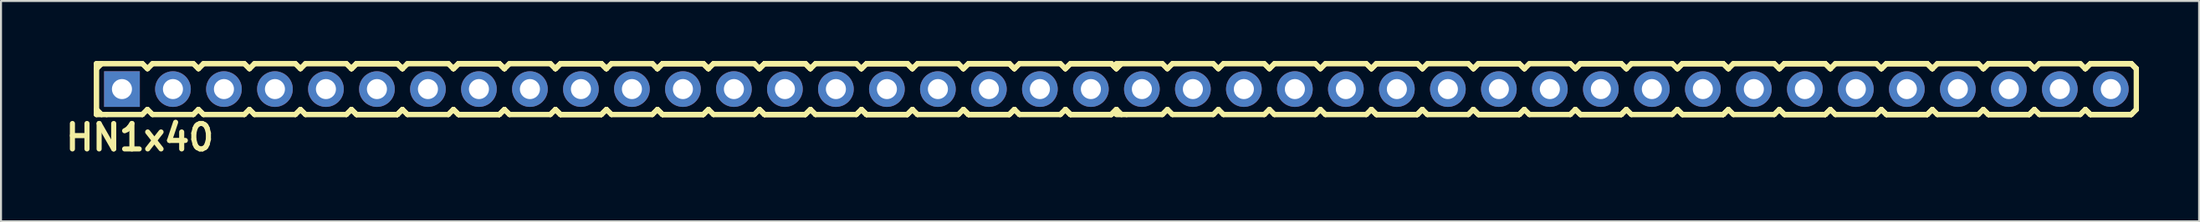
<source format=kicad_pcb>
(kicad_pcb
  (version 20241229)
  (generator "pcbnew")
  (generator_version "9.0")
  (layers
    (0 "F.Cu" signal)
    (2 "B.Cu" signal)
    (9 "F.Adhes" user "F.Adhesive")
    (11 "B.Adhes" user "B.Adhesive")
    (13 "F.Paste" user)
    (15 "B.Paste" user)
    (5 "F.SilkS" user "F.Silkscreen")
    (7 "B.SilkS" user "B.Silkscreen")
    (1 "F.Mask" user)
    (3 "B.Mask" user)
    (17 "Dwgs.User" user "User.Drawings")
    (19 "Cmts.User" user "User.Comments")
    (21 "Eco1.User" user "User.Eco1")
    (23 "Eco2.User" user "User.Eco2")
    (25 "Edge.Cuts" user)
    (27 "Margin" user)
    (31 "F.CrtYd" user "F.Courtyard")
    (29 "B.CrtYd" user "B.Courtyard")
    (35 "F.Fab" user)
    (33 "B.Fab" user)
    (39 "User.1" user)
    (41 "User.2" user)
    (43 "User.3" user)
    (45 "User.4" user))
  (footprint "HN1x40"
    (layer "F.Cu")
    (at 52.554 1.397)
    (property "Reference" "HN1x40" (at -48.641 2.413 0) (layer "F.SilkS") (effects (font (size 1.27 1.27) (thickness 0.254))))
    (attr through_hole)
    (fp_line (start -50.8 -1.27) (end -50.8 1.27) (stroke (width 0.254) (type solid)) (layer "F.SilkS"))
    (fp_line (start -50.8 -1.27) (end -50.8 1.27) (stroke (width 0.254) (type solid)) (layer "F.SilkS"))
    (fp_line (start -50.8 -1.27) (end -50.546 -1.27) (stroke (width 0.254) (type solid)) (layer "F.SilkS"))
    (fp_line (start -50.8 -1.27) (end -50.546 -1.27) (stroke (width 0.254) (type solid)) (layer "F.SilkS"))
    (fp_line (start -50.8 -1.016) (end -50.546 -1.27) (stroke (width 0.254) (type solid)) (layer "F.SilkS"))
    (fp_line (start -50.8 -1.016) (end -50.546 -1.27) (stroke (width 0.254) (type solid)) (layer "F.SilkS"))
    (fp_line (start -50.546 -1.27) (end -48.514 -1.27) (stroke (width 0.254) (type solid)) (layer "F.SilkS"))
    (fp_line (start -50.546 -1.27) (end -48.514 -1.27) (stroke (width 0.254) (type solid)) (layer "F.SilkS"))
    (fp_line (start -50.546 1.27) (end -50.8 1.016) (stroke (width 0.254) (type solid)) (layer "F.SilkS"))
    (fp_line (start -50.546 1.27) (end -50.8 1.016) (stroke (width 0.254) (type solid)) (layer "F.SilkS"))
    (fp_line (start -50.292 1.27) (end -50.8 1.27) (stroke (width 0.254) (type solid)) (layer "F.SilkS"))
    (fp_line (start -50.292 1.27) (end -50.8 1.27) (stroke (width 0.254) (type solid)) (layer "F.SilkS"))
    (fp_line (start -48.514 -1.27) (end -48.26 -1.016) (stroke (width 0.254) (type solid)) (layer "F.SilkS"))
    (fp_line (start -48.514 -1.27) (end -48.26 -1.016) (stroke (width 0.254) (type solid)) (layer "F.SilkS"))
    (fp_line (start -48.514 1.27) (end -50.292 1.27) (stroke (width 0.254) (type solid)) (layer "F.SilkS"))
    (fp_line (start -48.514 1.27) (end -50.292 1.27) (stroke (width 0.254) (type solid)) (layer "F.SilkS"))
    (fp_line (start -48.26 -1.016) (end -48.006 -1.27) (stroke (width 0.254) (type solid)) (layer "F.SilkS"))
    (fp_line (start -48.26 -1.016) (end -48.006 -1.27) (stroke (width 0.254) (type solid)) (layer "F.SilkS"))
    (fp_line (start -48.26 1.016) (end -48.514 1.27) (stroke (width 0.254) (type solid)) (layer "F.SilkS"))
    (fp_line (start -48.26 1.016) (end -48.514 1.27) (stroke (width 0.254) (type solid)) (layer "F.SilkS"))
    (fp_line (start -48.006 -1.27) (end -45.974 -1.27) (stroke (width 0.254) (type solid)) (layer "F.SilkS"))
    (fp_line (start -48.006 -1.27) (end -45.974 -1.27) (stroke (width 0.254) (type solid)) (layer "F.SilkS"))
    (fp_line (start -48.006 1.27) (end -48.26 1.016) (stroke (width 0.254) (type solid)) (layer "F.SilkS"))
    (fp_line (start -48.006 1.27) (end -48.26 1.016) (stroke (width 0.254) (type solid)) (layer "F.SilkS"))
    (fp_line (start -45.974 -1.27) (end -45.72 -1.016) (stroke (width 0.254) (type solid)) (layer "F.SilkS"))
    (fp_line (start -45.974 -1.27) (end -45.72 -1.016) (stroke (width 0.254) (type solid)) (layer "F.SilkS"))
    (fp_line (start -45.974 1.27) (end -48.006 1.27) (stroke (width 0.254) (type solid)) (layer "F.SilkS"))
    (fp_line (start -45.974 1.27) (end -48.006 1.27) (stroke (width 0.254) (type solid)) (layer "F.SilkS"))
    (fp_line (start -45.974 1.27) (end -45.72 1.016) (stroke (width 0.254) (type solid)) (layer "F.SilkS"))
    (fp_line (start -45.974 1.27) (end -45.72 1.016) (stroke (width 0.254) (type solid)) (layer "F.SilkS"))
    (fp_line (start -45.72 -1.016) (end -45.466 -1.27) (stroke (width 0.254) (type solid)) (layer "F.SilkS"))
    (fp_line (start -45.72 -1.016) (end -45.466 -1.27) (stroke (width 0.254) (type solid)) (layer "F.SilkS"))
    (fp_line (start -45.72 1.016) (end -45.466 1.27) (stroke (width 0.254) (type solid)) (layer "F.SilkS"))
    (fp_line (start -45.72 1.016) (end -45.466 1.27) (stroke (width 0.254) (type solid)) (layer "F.SilkS"))
    (fp_line (start -45.466 -1.27) (end -43.434 -1.27) (stroke (width 0.254) (type solid)) (layer "F.SilkS"))
    (fp_line (start -45.466 -1.27) (end -43.434 -1.27) (stroke (width 0.254) (type solid)) (layer "F.SilkS"))
    (fp_line (start -43.434 -1.27) (end -43.18 -1.016) (stroke (width 0.254) (type solid)) (layer "F.SilkS"))
    (fp_line (start -43.434 -1.27) (end -43.18 -1.016) (stroke (width 0.254) (type solid)) (layer "F.SilkS"))
    (fp_line (start -43.434 1.27) (end -45.466 1.27) (stroke (width 0.254) (type solid)) (layer "F.SilkS"))
    (fp_line (start -43.434 1.27) (end -45.466 1.27) (stroke (width 0.254) (type solid)) (layer "F.SilkS"))
    (fp_line (start -43.18 -1.016) (end -42.926 -1.27) (stroke (width 0.254) (type solid)) (layer "F.SilkS"))
    (fp_line (start -43.18 -1.016) (end -42.926 -1.27) (stroke (width 0.254) (type solid)) (layer "F.SilkS"))
    (fp_line (start -43.18 1.016) (end -43.434 1.27) (stroke (width 0.254) (type solid)) (layer "F.SilkS"))
    (fp_line (start -43.18 1.016) (end -43.434 1.27) (stroke (width 0.254) (type solid)) (layer "F.SilkS"))
    (fp_line (start -42.926 -1.27) (end -40.894 -1.27) (stroke (width 0.254) (type solid)) (layer "F.SilkS"))
    (fp_line (start -42.926 -1.27) (end -40.894 -1.27) (stroke (width 0.254) (type solid)) (layer "F.SilkS"))
    (fp_line (start -42.926 1.27) (end -43.18 1.016) (stroke (width 0.254) (type solid)) (layer "F.SilkS"))
    (fp_line (start -42.926 1.27) (end -43.18 1.016) (stroke (width 0.254) (type solid)) (layer "F.SilkS"))
    (fp_line (start -40.894 -1.27) (end -40.64 -1.016) (stroke (width 0.254) (type solid)) (layer "F.SilkS"))
    (fp_line (start -40.894 -1.27) (end -40.64 -1.016) (stroke (width 0.254) (type solid)) (layer "F.SilkS"))
    (fp_line (start -40.894 1.27) (end -42.926 1.27) (stroke (width 0.254) (type solid)) (layer "F.SilkS"))
    (fp_line (start -40.894 1.27) (end -42.926 1.27) (stroke (width 0.254) (type solid)) (layer "F.SilkS"))
    (fp_line (start -40.64 -1.016) (end -40.386 -1.27) (stroke (width 0.254) (type solid)) (layer "F.SilkS"))
    (fp_line (start -40.64 -1.016) (end -40.386 -1.27) (stroke (width 0.254) (type solid)) (layer "F.SilkS"))
    (fp_line (start -40.64 1.016) (end -40.894 1.27) (stroke (width 0.254) (type solid)) (layer "F.SilkS"))
    (fp_line (start -40.64 1.016) (end -40.894 1.27) (stroke (width 0.254) (type solid)) (layer "F.SilkS"))
    (fp_line (start -40.386 -1.27) (end -38.354 -1.27) (stroke (width 0.254) (type solid)) (layer "F.SilkS"))
    (fp_line (start -40.386 -1.27) (end -38.354 -1.27) (stroke (width 0.254) (type solid)) (layer "F.SilkS"))
    (fp_line (start -40.386 1.27) (end -40.64 1.016) (stroke (width 0.254) (type solid)) (layer "F.SilkS"))
    (fp_line (start -40.386 1.27) (end -40.64 1.016) (stroke (width 0.254) (type solid)) (layer "F.SilkS"))
    (fp_line (start -38.354 -1.27) (end -38.1 -1.016) (stroke (width 0.254) (type solid)) (layer "F.SilkS"))
    (fp_line (start -38.354 -1.27) (end -38.1 -1.016) (stroke (width 0.254) (type solid)) (layer "F.SilkS"))
    (fp_line (start -38.354 1.27) (end -40.386 1.27) (stroke (width 0.254) (type solid)) (layer "F.SilkS"))
    (fp_line (start -38.354 1.27) (end -40.386 1.27) (stroke (width 0.254) (type solid)) (layer "F.SilkS"))
    (fp_line (start -38.1 -1.016) (end -37.846 -1.27) (stroke (width 0.254) (type solid)) (layer "F.SilkS"))
    (fp_line (start -38.1 -1.016) (end -37.846 -1.27) (stroke (width 0.254) (type solid)) (layer "F.SilkS"))
    (fp_line (start -38.1 -1.016) (end -37.846 -1.27) (stroke (width 0.254) (type solid)) (layer "F.SilkS"))
    (fp_line (start -38.1 -1.016) (end -37.846 -1.27) (stroke (width 0.254) (type solid)) (layer "F.SilkS"))
    (fp_line (start -38.1 1.016) (end -38.354 1.27) (stroke (width 0.254) (type solid)) (layer "F.SilkS"))
    (fp_line (start -38.1 1.016) (end -38.354 1.27) (stroke (width 0.254) (type solid)) (layer "F.SilkS"))
    (fp_line (start -37.846 -1.27) (end -35.814 -1.27) (stroke (width 0.254) (type solid)) (layer "F.SilkS"))
    (fp_line (start -37.846 -1.27) (end -35.814 -1.27) (stroke (width 0.254) (type solid)) (layer "F.SilkS"))
    (fp_line (start -37.846 -1.27) (end -35.814 -1.27) (stroke (width 0.254) (type solid)) (layer "F.SilkS"))
    (fp_line (start -37.846 -1.27) (end -35.814 -1.27) (stroke (width 0.254) (type solid)) (layer "F.SilkS"))
    (fp_line (start -37.846 1.27) (end -38.1 1.016) (stroke (width 0.254) (type solid)) (layer "F.SilkS"))
    (fp_line (start -37.846 1.27) (end -38.1 1.016) (stroke (width 0.254) (type solid)) (layer "F.SilkS"))
    (fp_line (start -37.846 1.27) (end -38.1 1.016) (stroke (width 0.254) (type solid)) (layer "F.SilkS"))
    (fp_line (start -37.846 1.27) (end -38.1 1.016) (stroke (width 0.254) (type solid)) (layer "F.SilkS"))
    (fp_line (start -35.814 -1.27) (end -35.56 -1.016) (stroke (width 0.254) (type solid)) (layer "F.SilkS"))
    (fp_line (start -35.814 -1.27) (end -35.56 -1.016) (stroke (width 0.254) (type solid)) (layer "F.SilkS"))
    (fp_line (start -35.814 -1.27) (end -35.56 -1.016) (stroke (width 0.254) (type solid)) (layer "F.SilkS"))
    (fp_line (start -35.814 -1.27) (end -35.56 -1.016) (stroke (width 0.254) (type solid)) (layer "F.SilkS"))
    (fp_line (start -35.814 1.27) (end -37.846 1.27) (stroke (width 0.254) (type solid)) (layer "F.SilkS"))
    (fp_line (start -35.814 1.27) (end -37.846 1.27) (stroke (width 0.254) (type solid)) (layer "F.SilkS"))
    (fp_line (start -35.814 1.27) (end -37.846 1.27) (stroke (width 0.254) (type solid)) (layer "F.SilkS"))
    (fp_line (start -35.814 1.27) (end -37.846 1.27) (stroke (width 0.254) (type solid)) (layer "F.SilkS"))
    (fp_line (start -35.56 -1.016) (end -35.306 -1.27) (stroke (width 0.254) (type solid)) (layer "F.SilkS"))
    (fp_line (start -35.56 -1.016) (end -35.306 -1.27) (stroke (width 0.254) (type solid)) (layer "F.SilkS"))
    (fp_line (start -35.56 1.016) (end -35.814 1.27) (stroke (width 0.254) (type solid)) (layer "F.SilkS"))
    (fp_line (start -35.56 1.016) (end -35.814 1.27) (stroke (width 0.254) (type solid)) (layer "F.SilkS"))
    (fp_line (start -35.56 1.016) (end -35.814 1.27) (stroke (width 0.254) (type solid)) (layer "F.SilkS"))
    (fp_line (start -35.56 1.016) (end -35.814 1.27) (stroke (width 0.254) (type solid)) (layer "F.SilkS"))
    (fp_line (start -35.306 -1.27) (end -33.274 -1.27) (stroke (width 0.254) (type solid)) (layer "F.SilkS"))
    (fp_line (start -35.306 -1.27) (end -33.274 -1.27) (stroke (width 0.254) (type solid)) (layer "F.SilkS"))
    (fp_line (start -35.306 1.27) (end -35.56 1.016) (stroke (width 0.254) (type solid)) (layer "F.SilkS"))
    (fp_line (start -35.306 1.27) (end -35.56 1.016) (stroke (width 0.254) (type solid)) (layer "F.SilkS"))
    (fp_line (start -33.274 -1.27) (end -33.02 -1.016) (stroke (width 0.254) (type solid)) (layer "F.SilkS"))
    (fp_line (start -33.274 -1.27) (end -33.02 -1.016) (stroke (width 0.254) (type solid)) (layer "F.SilkS"))
    (fp_line (start -33.274 1.27) (end -35.306 1.27) (stroke (width 0.254) (type solid)) (layer "F.SilkS"))
    (fp_line (start -33.274 1.27) (end -35.306 1.27) (stroke (width 0.254) (type solid)) (layer "F.SilkS"))
    (fp_line (start -33.02 -1.016) (end -32.766 -1.27) (stroke (width 0.254) (type solid)) (layer "F.SilkS"))
    (fp_line (start -33.02 -1.016) (end -32.766 -1.27) (stroke (width 0.254) (type solid)) (layer "F.SilkS"))
    (fp_line (start -33.02 -1.016) (end -32.766 -1.27) (stroke (width 0.254) (type solid)) (layer "F.SilkS"))
    (fp_line (start -33.02 -1.016) (end -32.766 -1.27) (stroke (width 0.254) (type solid)) (layer "F.SilkS"))
    (fp_line (start -33.02 1.016) (end -33.274 1.27) (stroke (width 0.254) (type solid)) (layer "F.SilkS"))
    (fp_line (start -33.02 1.016) (end -33.274 1.27) (stroke (width 0.254) (type solid)) (layer "F.SilkS"))
    (fp_line (start -32.766 -1.27) (end -30.734 -1.27) (stroke (width 0.254) (type solid)) (layer "F.SilkS"))
    (fp_line (start -32.766 -1.27) (end -30.734 -1.27) (stroke (width 0.254) (type solid)) (layer "F.SilkS"))
    (fp_line (start -32.766 -1.27) (end -30.734 -1.27) (stroke (width 0.254) (type solid)) (layer "F.SilkS"))
    (fp_line (start -32.766 -1.27) (end -30.734 -1.27) (stroke (width 0.254) (type solid)) (layer "F.SilkS"))
    (fp_line (start -32.766 1.27) (end -33.02 1.016) (stroke (width 0.254) (type solid)) (layer "F.SilkS"))
    (fp_line (start -32.766 1.27) (end -33.02 1.016) (stroke (width 0.254) (type solid)) (layer "F.SilkS"))
    (fp_line (start -32.766 1.27) (end -33.02 1.016) (stroke (width 0.254) (type solid)) (layer "F.SilkS"))
    (fp_line (start -32.766 1.27) (end -33.02 1.016) (stroke (width 0.254) (type solid)) (layer "F.SilkS"))
    (fp_line (start -30.734 -1.27) (end -30.48 -1.016) (stroke (width 0.254) (type solid)) (layer "F.SilkS"))
    (fp_line (start -30.734 -1.27) (end -30.48 -1.016) (stroke (width 0.254) (type solid)) (layer "F.SilkS"))
    (fp_line (start -30.734 -1.27) (end -30.48 -1.016) (stroke (width 0.254) (type solid)) (layer "F.SilkS"))
    (fp_line (start -30.734 -1.27) (end -30.48 -1.016) (stroke (width 0.254) (type solid)) (layer "F.SilkS"))
    (fp_line (start -30.734 1.27) (end -32.766 1.27) (stroke (width 0.254) (type solid)) (layer "F.SilkS"))
    (fp_line (start -30.734 1.27) (end -32.766 1.27) (stroke (width 0.254) (type solid)) (layer "F.SilkS"))
    (fp_line (start -30.734 1.27) (end -32.766 1.27) (stroke (width 0.254) (type solid)) (layer "F.SilkS"))
    (fp_line (start -30.734 1.27) (end -32.766 1.27) (stroke (width 0.254) (type solid)) (layer "F.SilkS"))
    (fp_line (start -30.48 -1.016) (end -30.226 -1.27) (stroke (width 0.254) (type solid)) (layer "F.SilkS"))
    (fp_line (start -30.48 -1.016) (end -30.226 -1.27) (stroke (width 0.254) (type solid)) (layer "F.SilkS"))
    (fp_line (start -30.48 1.016) (end -30.734 1.27) (stroke (width 0.254) (type solid)) (layer "F.SilkS"))
    (fp_line (start -30.48 1.016) (end -30.734 1.27) (stroke (width 0.254) (type solid)) (layer "F.SilkS"))
    (fp_line (start -30.48 1.016) (end -30.734 1.27) (stroke (width 0.254) (type solid)) (layer "F.SilkS"))
    (fp_line (start -30.48 1.016) (end -30.734 1.27) (stroke (width 0.254) (type solid)) (layer "F.SilkS"))
    (fp_line (start -30.226 -1.27) (end -28.194 -1.27) (stroke (width 0.254) (type solid)) (layer "F.SilkS"))
    (fp_line (start -30.226 -1.27) (end -28.194 -1.27) (stroke (width 0.254) (type solid)) (layer "F.SilkS"))
    (fp_line (start -30.226 1.27) (end -30.48 1.016) (stroke (width 0.254) (type solid)) (layer "F.SilkS"))
    (fp_line (start -30.226 1.27) (end -30.48 1.016) (stroke (width 0.254) (type solid)) (layer "F.SilkS"))
    (fp_line (start -28.194 -1.27) (end -27.94 -1.016) (stroke (width 0.254) (type solid)) (layer "F.SilkS"))
    (fp_line (start -28.194 -1.27) (end -27.94 -1.016) (stroke (width 0.254) (type solid)) (layer "F.SilkS"))
    (fp_line (start -28.194 1.27) (end -30.226 1.27) (stroke (width 0.254) (type solid)) (layer "F.SilkS"))
    (fp_line (start -28.194 1.27) (end -30.226 1.27) (stroke (width 0.254) (type solid)) (layer "F.SilkS"))
    (fp_line (start -27.94 -1.016) (end -27.686 -1.27) (stroke (width 0.254) (type solid)) (layer "F.SilkS"))
    (fp_line (start -27.94 -1.016) (end -27.686 -1.27) (stroke (width 0.254) (type solid)) (layer "F.SilkS"))
    (fp_line (start -27.94 -1.016) (end -27.686 -1.27) (stroke (width 0.254) (type solid)) (layer "F.SilkS"))
    (fp_line (start -27.94 -1.016) (end -27.686 -1.27) (stroke (width 0.254) (type solid)) (layer "F.SilkS"))
    (fp_line (start -27.94 1.016) (end -28.194 1.27) (stroke (width 0.254) (type solid)) (layer "F.SilkS"))
    (fp_line (start -27.94 1.016) (end -28.194 1.27) (stroke (width 0.254) (type solid)) (layer "F.SilkS"))
    (fp_line (start -27.686 -1.27) (end -25.654 -1.27) (stroke (width 0.254) (type solid)) (layer "F.SilkS"))
    (fp_line (start -27.686 -1.27) (end -25.654 -1.27) (stroke (width 0.254) (type solid)) (layer "F.SilkS"))
    (fp_line (start -27.686 -1.27) (end -25.654 -1.27) (stroke (width 0.254) (type solid)) (layer "F.SilkS"))
    (fp_line (start -27.686 -1.27) (end -25.654 -1.27) (stroke (width 0.254) (type solid)) (layer "F.SilkS"))
    (fp_line (start -27.686 1.27) (end -27.94 1.016) (stroke (width 0.254) (type solid)) (layer "F.SilkS"))
    (fp_line (start -27.686 1.27) (end -27.94 1.016) (stroke (width 0.254) (type solid)) (layer "F.SilkS"))
    (fp_line (start -27.686 1.27) (end -27.94 1.016) (stroke (width 0.254) (type solid)) (layer "F.SilkS"))
    (fp_line (start -27.686 1.27) (end -27.94 1.016) (stroke (width 0.254) (type solid)) (layer "F.SilkS"))
    (fp_line (start -25.654 -1.27) (end -25.4 -1.016) (stroke (width 0.254) (type solid)) (layer "F.SilkS"))
    (fp_line (start -25.654 -1.27) (end -25.4 -1.016) (stroke (width 0.254) (type solid)) (layer "F.SilkS"))
    (fp_line (start -25.654 -1.27) (end -25.4 -1.016) (stroke (width 0.254) (type solid)) (layer "F.SilkS"))
    (fp_line (start -25.654 -1.27) (end -25.4 -1.016) (stroke (width 0.254) (type solid)) (layer "F.SilkS"))
    (fp_line (start -25.654 1.27) (end -27.686 1.27) (stroke (width 0.254) (type solid)) (layer "F.SilkS"))
    (fp_line (start -25.654 1.27) (end -27.686 1.27) (stroke (width 0.254) (type solid)) (layer "F.SilkS"))
    (fp_line (start -25.654 1.27) (end -27.686 1.27) (stroke (width 0.254) (type solid)) (layer "F.SilkS"))
    (fp_line (start -25.654 1.27) (end -27.686 1.27) (stroke (width 0.254) (type solid)) (layer "F.SilkS"))
    (fp_line (start -25.4 -1.016) (end -25.146 -1.27) (stroke (width 0.254) (type solid)) (layer "F.SilkS"))
    (fp_line (start -25.4 -1.016) (end -25.146 -1.27) (stroke (width 0.254) (type solid)) (layer "F.SilkS"))
    (fp_line (start -25.4 1.016) (end -25.654 1.27) (stroke (width 0.254) (type solid)) (layer "F.SilkS"))
    (fp_line (start -25.4 1.016) (end -25.654 1.27) (stroke (width 0.254) (type solid)) (layer "F.SilkS"))
    (fp_line (start -25.4 1.016) (end -25.654 1.27) (stroke (width 0.254) (type solid)) (layer "F.SilkS"))
    (fp_line (start -25.4 1.016) (end -25.654 1.27) (stroke (width 0.254) (type solid)) (layer "F.SilkS"))
    (fp_line (start -25.146 -1.27) (end -23.114 -1.27) (stroke (width 0.254) (type solid)) (layer "F.SilkS"))
    (fp_line (start -25.146 -1.27) (end -23.114 -1.27) (stroke (width 0.254) (type solid)) (layer "F.SilkS"))
    (fp_line (start -25.146 1.27) (end -25.4 1.016) (stroke (width 0.254) (type solid)) (layer "F.SilkS"))
    (fp_line (start -25.146 1.27) (end -25.4 1.016) (stroke (width 0.254) (type solid)) (layer "F.SilkS"))
    (fp_line (start -23.114 -1.27) (end -22.86 -1.016) (stroke (width 0.254) (type solid)) (layer "F.SilkS"))
    (fp_line (start -23.114 -1.27) (end -22.86 -1.016) (stroke (width 0.254) (type solid)) (layer "F.SilkS"))
    (fp_line (start -23.114 1.27) (end -25.146 1.27) (stroke (width 0.254) (type solid)) (layer "F.SilkS"))
    (fp_line (start -23.114 1.27) (end -25.146 1.27) (stroke (width 0.254) (type solid)) (layer "F.SilkS"))
    (fp_line (start -22.86 -1.016) (end -22.606 -1.27) (stroke (width 0.254) (type solid)) (layer "F.SilkS"))
    (fp_line (start -22.86 -1.016) (end -22.606 -1.27) (stroke (width 0.254) (type solid)) (layer "F.SilkS"))
    (fp_line (start -22.86 -1.016) (end -22.606 -1.27) (stroke (width 0.254) (type solid)) (layer "F.SilkS"))
    (fp_line (start -22.86 -1.016) (end -22.606 -1.27) (stroke (width 0.254) (type solid)) (layer "F.SilkS"))
    (fp_line (start -22.86 1.016) (end -23.114 1.27) (stroke (width 0.254) (type solid)) (layer "F.SilkS"))
    (fp_line (start -22.86 1.016) (end -23.114 1.27) (stroke (width 0.254) (type solid)) (layer "F.SilkS"))
    (fp_line (start -22.606 -1.27) (end -20.574 -1.27) (stroke (width 0.254) (type solid)) (layer "F.SilkS"))
    (fp_line (start -22.606 -1.27) (end -20.574 -1.27) (stroke (width 0.254) (type solid)) (layer "F.SilkS"))
    (fp_line (start -22.606 -1.27) (end -20.574 -1.27) (stroke (width 0.254) (type solid)) (layer "F.SilkS"))
    (fp_line (start -22.606 -1.27) (end -20.574 -1.27) (stroke (width 0.254) (type solid)) (layer "F.SilkS"))
    (fp_line (start -22.606 1.27) (end -22.86 1.016) (stroke (width 0.254) (type solid)) (layer "F.SilkS"))
    (fp_line (start -22.606 1.27) (end -22.86 1.016) (stroke (width 0.254) (type solid)) (layer "F.SilkS"))
    (fp_line (start -22.606 1.27) (end -22.86 1.016) (stroke (width 0.254) (type solid)) (layer "F.SilkS"))
    (fp_line (start -22.606 1.27) (end -22.86 1.016) (stroke (width 0.254) (type solid)) (layer "F.SilkS"))
    (fp_line (start -20.574 -1.27) (end -20.32 -1.016) (stroke (width 0.254) (type solid)) (layer "F.SilkS"))
    (fp_line (start -20.574 -1.27) (end -20.32 -1.016) (stroke (width 0.254) (type solid)) (layer "F.SilkS"))
    (fp_line (start -20.574 -1.27) (end -20.32 -1.016) (stroke (width 0.254) (type solid)) (layer "F.SilkS"))
    (fp_line (start -20.574 -1.27) (end -20.32 -1.016) (stroke (width 0.254) (type solid)) (layer "F.SilkS"))
    (fp_line (start -20.574 1.27) (end -22.606 1.27) (stroke (width 0.254) (type solid)) (layer "F.SilkS"))
    (fp_line (start -20.574 1.27) (end -22.606 1.27) (stroke (width 0.254) (type solid)) (layer "F.SilkS"))
    (fp_line (start -20.574 1.27) (end -22.606 1.27) (stroke (width 0.254) (type solid)) (layer "F.SilkS"))
    (fp_line (start -20.574 1.27) (end -22.606 1.27) (stroke (width 0.254) (type solid)) (layer "F.SilkS"))
    (fp_line (start -20.32 -1.016) (end -20.066 -1.27) (stroke (width 0.254) (type solid)) (layer "F.SilkS"))
    (fp_line (start -20.32 -1.016) (end -20.066 -1.27) (stroke (width 0.254) (type solid)) (layer "F.SilkS"))
    (fp_line (start -20.32 1.016) (end -20.574 1.27) (stroke (width 0.254) (type solid)) (layer "F.SilkS"))
    (fp_line (start -20.32 1.016) (end -20.574 1.27) (stroke (width 0.254) (type solid)) (layer "F.SilkS"))
    (fp_line (start -20.32 1.016) (end -20.574 1.27) (stroke (width 0.254) (type solid)) (layer "F.SilkS"))
    (fp_line (start -20.32 1.016) (end -20.574 1.27) (stroke (width 0.254) (type solid)) (layer "F.SilkS"))
    (fp_line (start -20.066 -1.27) (end -18.034 -1.27) (stroke (width 0.254) (type solid)) (layer "F.SilkS"))
    (fp_line (start -20.066 -1.27) (end -18.034 -1.27) (stroke (width 0.254) (type solid)) (layer "F.SilkS"))
    (fp_line (start -20.066 1.27) (end -20.32 1.016) (stroke (width 0.254) (type solid)) (layer "F.SilkS"))
    (fp_line (start -20.066 1.27) (end -20.32 1.016) (stroke (width 0.254) (type solid)) (layer "F.SilkS"))
    (fp_line (start -18.034 -1.27) (end -17.78 -1.016) (stroke (width 0.254) (type solid)) (layer "F.SilkS"))
    (fp_line (start -18.034 -1.27) (end -17.78 -1.016) (stroke (width 0.254) (type solid)) (layer "F.SilkS"))
    (fp_line (start -18.034 1.27) (end -20.066 1.27) (stroke (width 0.254) (type solid)) (layer "F.SilkS"))
    (fp_line (start -18.034 1.27) (end -20.066 1.27) (stroke (width 0.254) (type solid)) (layer "F.SilkS"))
    (fp_line (start -17.78 -1.016) (end -17.526 -1.27) (stroke (width 0.254) (type solid)) (layer "F.SilkS"))
    (fp_line (start -17.78 -1.016) (end -17.526 -1.27) (stroke (width 0.254) (type solid)) (layer "F.SilkS"))
    (fp_line (start -17.78 -1.016) (end -17.526 -1.27) (stroke (width 0.254) (type solid)) (layer "F.SilkS"))
    (fp_line (start -17.78 -1.016) (end -17.526 -1.27) (stroke (width 0.254) (type solid)) (layer "F.SilkS"))
    (fp_line (start -17.78 1.016) (end -18.034 1.27) (stroke (width 0.254) (type solid)) (layer "F.SilkS"))
    (fp_line (start -17.78 1.016) (end -18.034 1.27) (stroke (width 0.254) (type solid)) (layer "F.SilkS"))
    (fp_line (start -17.526 -1.27) (end -15.494 -1.27) (stroke (width 0.254) (type solid)) (layer "F.SilkS"))
    (fp_line (start -17.526 -1.27) (end -15.494 -1.27) (stroke (width 0.254) (type solid)) (layer "F.SilkS"))
    (fp_line (start -17.526 -1.27) (end -15.494 -1.27) (stroke (width 0.254) (type solid)) (layer "F.SilkS"))
    (fp_line (start -17.526 -1.27) (end -15.494 -1.27) (stroke (width 0.254) (type solid)) (layer "F.SilkS"))
    (fp_line (start -17.526 1.27) (end -17.78 1.016) (stroke (width 0.254) (type solid)) (layer "F.SilkS"))
    (fp_line (start -17.526 1.27) (end -17.78 1.016) (stroke (width 0.254) (type solid)) (layer "F.SilkS"))
    (fp_line (start -17.526 1.27) (end -17.78 1.016) (stroke (width 0.254) (type solid)) (layer "F.SilkS"))
    (fp_line (start -17.526 1.27) (end -17.78 1.016) (stroke (width 0.254) (type solid)) (layer "F.SilkS"))
    (fp_line (start -15.494 -1.27) (end -15.24 -1.016) (stroke (width 0.254) (type solid)) (layer "F.SilkS"))
    (fp_line (start -15.494 -1.27) (end -15.24 -1.016) (stroke (width 0.254) (type solid)) (layer "F.SilkS"))
    (fp_line (start -15.494 -1.27) (end -15.24 -1.016) (stroke (width 0.254) (type solid)) (layer "F.SilkS"))
    (fp_line (start -15.494 -1.27) (end -15.24 -1.016) (stroke (width 0.254) (type solid)) (layer "F.SilkS"))
    (fp_line (start -15.494 1.27) (end -17.526 1.27) (stroke (width 0.254) (type solid)) (layer "F.SilkS"))
    (fp_line (start -15.494 1.27) (end -17.526 1.27) (stroke (width 0.254) (type solid)) (layer "F.SilkS"))
    (fp_line (start -15.494 1.27) (end -17.526 1.27) (stroke (width 0.254) (type solid)) (layer "F.SilkS"))
    (fp_line (start -15.494 1.27) (end -17.526 1.27) (stroke (width 0.254) (type solid)) (layer "F.SilkS"))
    (fp_line (start -15.24 -1.016) (end -14.986 -1.27) (stroke (width 0.254) (type solid)) (layer "F.SilkS"))
    (fp_line (start -15.24 -1.016) (end -14.986 -1.27) (stroke (width 0.254) (type solid)) (layer "F.SilkS"))
    (fp_line (start -15.24 1.016) (end -15.494 1.27) (stroke (width 0.254) (type solid)) (layer "F.SilkS"))
    (fp_line (start -15.24 1.016) (end -15.494 1.27) (stroke (width 0.254) (type solid)) (layer "F.SilkS"))
    (fp_line (start -15.24 1.016) (end -15.494 1.27) (stroke (width 0.254) (type solid)) (layer "F.SilkS"))
    (fp_line (start -15.24 1.016) (end -15.494 1.27) (stroke (width 0.254) (type solid)) (layer "F.SilkS"))
    (fp_line (start -14.986 -1.27) (end -12.954 -1.27) (stroke (width 0.254) (type solid)) (layer "F.SilkS"))
    (fp_line (start -14.986 -1.27) (end -12.954 -1.27) (stroke (width 0.254) (type solid)) (layer "F.SilkS"))
    (fp_line (start -14.986 1.27) (end -15.24 1.016) (stroke (width 0.254) (type solid)) (layer "F.SilkS"))
    (fp_line (start -14.986 1.27) (end -15.24 1.016) (stroke (width 0.254) (type solid)) (layer "F.SilkS"))
    (fp_line (start -12.954 -1.27) (end -12.7 -1.016) (stroke (width 0.254) (type solid)) (layer "F.SilkS"))
    (fp_line (start -12.954 -1.27) (end -12.7 -1.016) (stroke (width 0.254) (type solid)) (layer "F.SilkS"))
    (fp_line (start -12.954 1.27) (end -14.986 1.27) (stroke (width 0.254) (type solid)) (layer "F.SilkS"))
    (fp_line (start -12.954 1.27) (end -14.986 1.27) (stroke (width 0.254) (type solid)) (layer "F.SilkS"))
    (fp_line (start -12.7 -1.016) (end -12.446 -1.27) (stroke (width 0.254) (type solid)) (layer "F.SilkS"))
    (fp_line (start -12.7 -1.016) (end -12.446 -1.27) (stroke (width 0.254) (type solid)) (layer "F.SilkS"))
    (fp_line (start -12.7 -1.016) (end -12.446 -1.27) (stroke (width 0.254) (type solid)) (layer "F.SilkS"))
    (fp_line (start -12.7 -1.016) (end -12.446 -1.27) (stroke (width 0.254) (type solid)) (layer "F.SilkS"))
    (fp_line (start -12.7 1.016) (end -12.954 1.27) (stroke (width 0.254) (type solid)) (layer "F.SilkS"))
    (fp_line (start -12.7 1.016) (end -12.954 1.27) (stroke (width 0.254) (type solid)) (layer "F.SilkS"))
    (fp_line (start -12.446 -1.27) (end -10.414 -1.27) (stroke (width 0.254) (type solid)) (layer "F.SilkS"))
    (fp_line (start -12.446 -1.27) (end -10.414 -1.27) (stroke (width 0.254) (type solid)) (layer "F.SilkS"))
    (fp_line (start -12.446 -1.27) (end -10.414 -1.27) (stroke (width 0.254) (type solid)) (layer "F.SilkS"))
    (fp_line (start -12.446 -1.27) (end -10.414 -1.27) (stroke (width 0.254) (type solid)) (layer "F.SilkS"))
    (fp_line (start -12.446 1.27) (end -12.7 1.016) (stroke (width 0.254) (type solid)) (layer "F.SilkS"))
    (fp_line (start -12.446 1.27) (end -12.7 1.016) (stroke (width 0.254) (type solid)) (layer "F.SilkS"))
    (fp_line (start -12.446 1.27) (end -12.7 1.016) (stroke (width 0.254) (type solid)) (layer "F.SilkS"))
    (fp_line (start -12.446 1.27) (end -12.7 1.016) (stroke (width 0.254) (type solid)) (layer "F.SilkS"))
    (fp_line (start -10.414 -1.27) (end -10.16 -1.016) (stroke (width 0.254) (type solid)) (layer "F.SilkS"))
    (fp_line (start -10.414 -1.27) (end -10.16 -1.016) (stroke (width 0.254) (type solid)) (layer "F.SilkS"))
    (fp_line (start -10.414 -1.27) (end -10.16 -1.016) (stroke (width 0.254) (type solid)) (layer "F.SilkS"))
    (fp_line (start -10.414 -1.27) (end -10.16 -1.016) (stroke (width 0.254) (type solid)) (layer "F.SilkS"))
    (fp_line (start -10.414 1.27) (end -12.446 1.27) (stroke (width 0.254) (type solid)) (layer "F.SilkS"))
    (fp_line (start -10.414 1.27) (end -12.446 1.27) (stroke (width 0.254) (type solid)) (layer "F.SilkS"))
    (fp_line (start -10.414 1.27) (end -12.446 1.27) (stroke (width 0.254) (type solid)) (layer "F.SilkS"))
    (fp_line (start -10.414 1.27) (end -12.446 1.27) (stroke (width 0.254) (type solid)) (layer "F.SilkS"))
    (fp_line (start -10.16 -1.016) (end -9.906 -1.27) (stroke (width 0.254) (type solid)) (layer "F.SilkS"))
    (fp_line (start -10.16 -1.016) (end -9.906 -1.27) (stroke (width 0.254) (type solid)) (layer "F.SilkS"))
    (fp_line (start -10.16 1.016) (end -10.414 1.27) (stroke (width 0.254) (type solid)) (layer "F.SilkS"))
    (fp_line (start -10.16 1.016) (end -10.414 1.27) (stroke (width 0.254) (type solid)) (layer "F.SilkS"))
    (fp_line (start -10.16 1.016) (end -10.414 1.27) (stroke (width 0.254) (type solid)) (layer "F.SilkS"))
    (fp_line (start -10.16 1.016) (end -10.414 1.27) (stroke (width 0.254) (type solid)) (layer "F.SilkS"))
    (fp_line (start -9.906 -1.27) (end -7.874 -1.27) (stroke (width 0.254) (type solid)) (layer "F.SilkS"))
    (fp_line (start -9.906 -1.27) (end -7.874 -1.27) (stroke (width 0.254) (type solid)) (layer "F.SilkS"))
    (fp_line (start -9.906 1.27) (end -10.16 1.016) (stroke (width 0.254) (type solid)) (layer "F.SilkS"))
    (fp_line (start -9.906 1.27) (end -10.16 1.016) (stroke (width 0.254) (type solid)) (layer "F.SilkS"))
    (fp_line (start -7.874 -1.27) (end -7.62 -1.016) (stroke (width 0.254) (type solid)) (layer "F.SilkS"))
    (fp_line (start -7.874 -1.27) (end -7.62 -1.016) (stroke (width 0.254) (type solid)) (layer "F.SilkS"))
    (fp_line (start -7.874 1.27) (end -9.906 1.27) (stroke (width 0.254) (type solid)) (layer "F.SilkS"))
    (fp_line (start -7.874 1.27) (end -9.906 1.27) (stroke (width 0.254) (type solid)) (layer "F.SilkS"))
    (fp_line (start -7.62 -1.016) (end -7.366 -1.27) (stroke (width 0.254) (type solid)) (layer "F.SilkS"))
    (fp_line (start -7.62 -1.016) (end -7.366 -1.27) (stroke (width 0.254) (type solid)) (layer "F.SilkS"))
    (fp_line (start -7.62 -1.016) (end -7.366 -1.27) (stroke (width 0.254) (type solid)) (layer "F.SilkS"))
    (fp_line (start -7.62 -1.016) (end -7.366 -1.27) (stroke (width 0.254) (type solid)) (layer "F.SilkS"))
    (fp_line (start -7.62 1.016) (end -7.874 1.27) (stroke (width 0.254) (type solid)) (layer "F.SilkS"))
    (fp_line (start -7.62 1.016) (end -7.874 1.27) (stroke (width 0.254) (type solid)) (layer "F.SilkS"))
    (fp_line (start -7.366 -1.27) (end -5.334 -1.27) (stroke (width 0.254) (type solid)) (layer "F.SilkS"))
    (fp_line (start -7.366 -1.27) (end -5.334 -1.27) (stroke (width 0.254) (type solid)) (layer "F.SilkS"))
    (fp_line (start -7.366 -1.27) (end -5.334 -1.27) (stroke (width 0.254) (type solid)) (layer "F.SilkS"))
    (fp_line (start -7.366 -1.27) (end -5.334 -1.27) (stroke (width 0.254) (type solid)) (layer "F.SilkS"))
    (fp_line (start -7.366 1.27) (end -7.62 1.016) (stroke (width 0.254) (type solid)) (layer "F.SilkS"))
    (fp_line (start -7.366 1.27) (end -7.62 1.016) (stroke (width 0.254) (type solid)) (layer "F.SilkS"))
    (fp_line (start -7.366 1.27) (end -7.62 1.016) (stroke (width 0.254) (type solid)) (layer "F.SilkS"))
    (fp_line (start -7.366 1.27) (end -7.62 1.016) (stroke (width 0.254) (type solid)) (layer "F.SilkS"))
    (fp_line (start -5.334 -1.27) (end -5.08 -1.016) (stroke (width 0.254) (type solid)) (layer "F.SilkS"))
    (fp_line (start -5.334 -1.27) (end -5.08 -1.016) (stroke (width 0.254) (type solid)) (layer "F.SilkS"))
    (fp_line (start -5.334 -1.27) (end -5.08 -1.016) (stroke (width 0.254) (type solid)) (layer "F.SilkS"))
    (fp_line (start -5.334 -1.27) (end -5.08 -1.016) (stroke (width 0.254) (type solid)) (layer "F.SilkS"))
    (fp_line (start -5.334 1.27) (end -7.366 1.27) (stroke (width 0.254) (type solid)) (layer "F.SilkS"))
    (fp_line (start -5.334 1.27) (end -7.366 1.27) (stroke (width 0.254) (type solid)) (layer "F.SilkS"))
    (fp_line (start -5.334 1.27) (end -7.366 1.27) (stroke (width 0.254) (type solid)) (layer "F.SilkS"))
    (fp_line (start -5.334 1.27) (end -7.366 1.27) (stroke (width 0.254) (type solid)) (layer "F.SilkS"))
    (fp_line (start -5.08 -1.016) (end -4.826 -1.27) (stroke (width 0.254) (type solid)) (layer "F.SilkS"))
    (fp_line (start -5.08 -1.016) (end -4.826 -1.27) (stroke (width 0.254) (type solid)) (layer "F.SilkS"))
    (fp_line (start -5.08 1.016) (end -5.334 1.27) (stroke (width 0.254) (type solid)) (layer "F.SilkS"))
    (fp_line (start -5.08 1.016) (end -5.334 1.27) (stroke (width 0.254) (type solid)) (layer "F.SilkS"))
    (fp_line (start -5.08 1.016) (end -5.334 1.27) (stroke (width 0.254) (type solid)) (layer "F.SilkS"))
    (fp_line (start -5.08 1.016) (end -5.334 1.27) (stroke (width 0.254) (type solid)) (layer "F.SilkS"))
    (fp_line (start -4.826 -1.27) (end -2.794 -1.27) (stroke (width 0.254) (type solid)) (layer "F.SilkS"))
    (fp_line (start -4.826 -1.27) (end -2.794 -1.27) (stroke (width 0.254) (type solid)) (layer "F.SilkS"))
    (fp_line (start -4.826 1.27) (end -5.08 1.016) (stroke (width 0.254) (type solid)) (layer "F.SilkS"))
    (fp_line (start -4.826 1.27) (end -5.08 1.016) (stroke (width 0.254) (type solid)) (layer "F.SilkS"))
    (fp_line (start -2.794 -1.27) (end -2.54 -1.016) (stroke (width 0.254) (type solid)) (layer "F.SilkS"))
    (fp_line (start -2.794 -1.27) (end -2.54 -1.016) (stroke (width 0.254) (type solid)) (layer "F.SilkS"))
    (fp_line (start -2.794 1.27) (end -4.826 1.27) (stroke (width 0.254) (type solid)) (layer "F.SilkS"))
    (fp_line (start -2.794 1.27) (end -4.826 1.27) (stroke (width 0.254) (type solid)) (layer "F.SilkS"))
    (fp_line (start -2.54 -1.016) (end -2.286 -1.27) (stroke (width 0.254) (type solid)) (layer "F.SilkS"))
    (fp_line (start -2.54 -1.016) (end -2.286 -1.27) (stroke (width 0.254) (type solid)) (layer "F.SilkS"))
    (fp_line (start -2.54 -1.016) (end -2.286 -1.27) (stroke (width 0.254) (type solid)) (layer "F.SilkS"))
    (fp_line (start -2.54 -1.016) (end -2.286 -1.27) (stroke (width 0.254) (type solid)) (layer "F.SilkS"))
    (fp_line (start -2.54 1.016) (end -2.794 1.27) (stroke (width 0.254) (type solid)) (layer "F.SilkS"))
    (fp_line (start -2.54 1.016) (end -2.794 1.27) (stroke (width 0.254) (type solid)) (layer "F.SilkS"))
    (fp_line (start -2.286 -1.27) (end -0.254 -1.27) (stroke (width 0.254) (type solid)) (layer "F.SilkS"))
    (fp_line (start -2.286 -1.27) (end -0.254 -1.27) (stroke (width 0.254) (type solid)) (layer "F.SilkS"))
    (fp_line (start -2.286 -1.27) (end -0.254 -1.27) (stroke (width 0.254) (type solid)) (layer "F.SilkS"))
    (fp_line (start -2.286 -1.27) (end -0.254 -1.27) (stroke (width 0.254) (type solid)) (layer "F.SilkS"))
    (fp_line (start -2.286 1.27) (end -2.54 1.016) (stroke (width 0.254) (type solid)) (layer "F.SilkS"))
    (fp_line (start -2.286 1.27) (end -2.54 1.016) (stroke (width 0.254) (type solid)) (layer "F.SilkS"))
    (fp_line (start -2.286 1.27) (end -2.54 1.016) (stroke (width 0.254) (type solid)) (layer "F.SilkS"))
    (fp_line (start -2.286 1.27) (end -2.54 1.016) (stroke (width 0.254) (type solid)) (layer "F.SilkS"))
    (fp_line (start -0.254 -1.27) (end 0 -1.016) (stroke (width 0.254) (type solid)) (layer "F.SilkS"))
    (fp_line (start -0.254 -1.27) (end 0 -1.016) (stroke (width 0.254) (type solid)) (layer "F.SilkS"))
    (fp_line (start -0.254 -1.27) (end 0 -1.016) (stroke (width 0.254) (type solid)) (layer "F.SilkS"))
    (fp_line (start -0.254 -1.27) (end 0 -1.016) (stroke (width 0.254) (type solid)) (layer "F.SilkS"))
    (fp_line (start -0.254 1.27) (end -2.286 1.27) (stroke (width 0.254) (type solid)) (layer "F.SilkS"))
    (fp_line (start -0.254 1.27) (end -2.286 1.27) (stroke (width 0.254) (type solid)) (layer "F.SilkS"))
    (fp_line (start -0.254 1.27) (end -2.286 1.27) (stroke (width 0.254) (type solid)) (layer "F.SilkS"))
    (fp_line (start -0.254 1.27) (end -2.286 1.27) (stroke (width 0.254) (type solid)) (layer "F.SilkS"))
    (fp_line (start 0 -1.27) (end 0.254 -1.27) (stroke (width 0.254) (type solid)) (layer "F.SilkS"))
    (fp_line (start 0 -1.27) (end 0.254 -1.27) (stroke (width 0.254) (type solid)) (layer "F.SilkS"))
    (fp_line (start 0 -1.016) (end 0.254 -1.27) (stroke (width 0.254) (type solid)) (layer "F.SilkS"))
    (fp_line (start 0 -1.016) (end 0.254 -1.27) (stroke (width 0.254) (type solid)) (layer "F.SilkS"))
    (fp_line (start 0 1.016) (end -0.254 1.27) (stroke (width 0.254) (type solid)) (layer "F.SilkS"))
    (fp_line (start 0 1.016) (end -0.254 1.27) (stroke (width 0.254) (type solid)) (layer "F.SilkS"))
    (fp_line (start 0 1.016) (end -0.254 1.27) (stroke (width 0.254) (type solid)) (layer "F.SilkS"))
    (fp_line (start 0 1.016) (end -0.254 1.27) (stroke (width 0.254) (type solid)) (layer "F.SilkS"))
    (fp_line (start 0.254 -1.27) (end 2.286 -1.27) (stroke (width 0.254) (type solid)) (layer "F.SilkS"))
    (fp_line (start 0.254 -1.27) (end 2.286 -1.27) (stroke (width 0.254) (type solid)) (layer "F.SilkS"))
    (fp_line (start 0.254 1.27) (end 0 1.016) (stroke (width 0.254) (type solid)) (layer "F.SilkS"))
    (fp_line (start 0.254 1.27) (end 0 1.016) (stroke (width 0.254) (type solid)) (layer "F.SilkS"))
    (fp_line (start 0.508 1.27) (end 0 1.27) (stroke (width 0.254) (type solid)) (layer "F.SilkS"))
    (fp_line (start 0.508 1.27) (end 0 1.27) (stroke (width 0.254) (type solid)) (layer "F.SilkS"))
    (fp_line (start 2.286 -1.27) (end 2.54 -1.016) (stroke (width 0.254) (type solid)) (layer "F.SilkS"))
    (fp_line (start 2.286 -1.27) (end 2.54 -1.016) (stroke (width 0.254) (type solid)) (layer "F.SilkS"))
    (fp_line (start 2.286 1.27) (end 0.508 1.27) (stroke (width 0.254) (type solid)) (layer "F.SilkS"))
    (fp_line (start 2.286 1.27) (end 0.508 1.27) (stroke (width 0.254) (type solid)) (layer "F.SilkS"))
    (fp_line (start 2.54 -1.016) (end 2.794 -1.27) (stroke (width 0.254) (type solid)) (layer "F.SilkS"))
    (fp_line (start 2.54 -1.016) (end 2.794 -1.27) (stroke (width 0.254) (type solid)) (layer "F.SilkS"))
    (fp_line (start 2.54 1.016) (end 2.286 1.27) (stroke (width 0.254) (type solid)) (layer "F.SilkS"))
    (fp_line (start 2.54 1.016) (end 2.286 1.27) (stroke (width 0.254) (type solid)) (layer "F.SilkS"))
    (fp_line (start 2.794 -1.27) (end 4.826 -1.27) (stroke (width 0.254) (type solid)) (layer "F.SilkS"))
    (fp_line (start 2.794 -1.27) (end 4.826 -1.27) (stroke (width 0.254) (type solid)) (layer "F.SilkS"))
    (fp_line (start 2.794 1.27) (end 2.54 1.016) (stroke (width 0.254) (type solid)) (layer "F.SilkS"))
    (fp_line (start 2.794 1.27) (end 2.54 1.016) (stroke (width 0.254) (type solid)) (layer "F.SilkS"))
    (fp_line (start 4.826 -1.27) (end 5.08 -1.016) (stroke (width 0.254) (type solid)) (layer "F.SilkS"))
    (fp_line (start 4.826 -1.27) (end 5.08 -1.016) (stroke (width 0.254) (type solid)) (layer "F.SilkS"))
    (fp_line (start 4.826 1.27) (end 2.794 1.27) (stroke (width 0.254) (type solid)) (layer "F.SilkS"))
    (fp_line (start 4.826 1.27) (end 2.794 1.27) (stroke (width 0.254) (type solid)) (layer "F.SilkS"))
    (fp_line (start 4.826 1.27) (end 5.08 1.016) (stroke (width 0.254) (type solid)) (layer "F.SilkS"))
    (fp_line (start 4.826 1.27) (end 5.08 1.016) (stroke (width 0.254) (type solid)) (layer "F.SilkS"))
    (fp_line (start 5.08 -1.016) (end 5.334 -1.27) (stroke (width 0.254) (type solid)) (layer "F.SilkS"))
    (fp_line (start 5.08 -1.016) (end 5.334 -1.27) (stroke (width 0.254) (type solid)) (layer "F.SilkS"))
    (fp_line (start 5.08 1.016) (end 5.334 1.27) (stroke (width 0.254) (type solid)) (layer "F.SilkS"))
    (fp_line (start 5.08 1.016) (end 5.334 1.27) (stroke (width 0.254) (type solid)) (layer "F.SilkS"))
    (fp_line (start 5.334 -1.27) (end 7.366 -1.27) (stroke (width 0.254) (type solid)) (layer "F.SilkS"))
    (fp_line (start 5.334 -1.27) (end 7.366 -1.27) (stroke (width 0.254) (type solid)) (layer "F.SilkS"))
    (fp_line (start 7.366 -1.27) (end 7.62 -1.016) (stroke (width 0.254) (type solid)) (layer "F.SilkS"))
    (fp_line (start 7.366 -1.27) (end 7.62 -1.016) (stroke (width 0.254) (type solid)) (layer "F.SilkS"))
    (fp_line (start 7.366 1.27) (end 5.334 1.27) (stroke (width 0.254) (type solid)) (layer "F.SilkS"))
    (fp_line (start 7.366 1.27) (end 5.334 1.27) (stroke (width 0.254) (type solid)) (layer "F.SilkS"))
    (fp_line (start 7.62 -1.016) (end 7.874 -1.27) (stroke (width 0.254) (type solid)) (layer "F.SilkS"))
    (fp_line (start 7.62 -1.016) (end 7.874 -1.27) (stroke (width 0.254) (type solid)) (layer "F.SilkS"))
    (fp_line (start 7.62 1.016) (end 7.366 1.27) (stroke (width 0.254) (type solid)) (layer "F.SilkS"))
    (fp_line (start 7.62 1.016) (end 7.366 1.27) (stroke (width 0.254) (type solid)) (layer "F.SilkS"))
    (fp_line (start 7.874 -1.27) (end 9.906 -1.27) (stroke (width 0.254) (type solid)) (layer "F.SilkS"))
    (fp_line (start 7.874 -1.27) (end 9.906 -1.27) (stroke (width 0.254) (type solid)) (layer "F.SilkS"))
    (fp_line (start 7.874 1.27) (end 7.62 1.016) (stroke (width 0.254) (type solid)) (layer "F.SilkS"))
    (fp_line (start 7.874 1.27) (end 7.62 1.016) (stroke (width 0.254) (type solid)) (layer "F.SilkS"))
    (fp_line (start 9.906 -1.27) (end 10.16 -1.016) (stroke (width 0.254) (type solid)) (layer "F.SilkS"))
    (fp_line (start 9.906 -1.27) (end 10.16 -1.016) (stroke (width 0.254) (type solid)) (layer "F.SilkS"))
    (fp_line (start 9.906 1.27) (end 7.874 1.27) (stroke (width 0.254) (type solid)) (layer "F.SilkS"))
    (fp_line (start 9.906 1.27) (end 7.874 1.27) (stroke (width 0.254) (type solid)) (layer "F.SilkS"))
    (fp_line (start 10.16 -1.016) (end 10.414 -1.27) (stroke (width 0.254) (type solid)) (layer "F.SilkS"))
    (fp_line (start 10.16 -1.016) (end 10.414 -1.27) (stroke (width 0.254) (type solid)) (layer "F.SilkS"))
    (fp_line (start 10.16 1.016) (end 9.906 1.27) (stroke (width 0.254) (type solid)) (layer "F.SilkS"))
    (fp_line (start 10.16 1.016) (end 9.906 1.27) (stroke (width 0.254) (type solid)) (layer "F.SilkS"))
    (fp_line (start 10.414 -1.27) (end 12.446 -1.27) (stroke (width 0.254) (type solid)) (layer "F.SilkS"))
    (fp_line (start 10.414 -1.27) (end 12.446 -1.27) (stroke (width 0.254) (type solid)) (layer "F.SilkS"))
    (fp_line (start 10.414 1.27) (end 10.16 1.016) (stroke (width 0.254) (type solid)) (layer "F.SilkS"))
    (fp_line (start 10.414 1.27) (end 10.16 1.016) (stroke (width 0.254) (type solid)) (layer "F.SilkS"))
    (fp_line (start 12.446 -1.27) (end 12.7 -1.016) (stroke (width 0.254) (type solid)) (layer "F.SilkS"))
    (fp_line (start 12.446 -1.27) (end 12.7 -1.016) (stroke (width 0.254) (type solid)) (layer "F.SilkS"))
    (fp_line (start 12.446 1.27) (end 10.414 1.27) (stroke (width 0.254) (type solid)) (layer "F.SilkS"))
    (fp_line (start 12.446 1.27) (end 10.414 1.27) (stroke (width 0.254) (type solid)) (layer "F.SilkS"))
    (fp_line (start 12.7 -1.016) (end 12.954 -1.27) (stroke (width 0.254) (type solid)) (layer "F.SilkS"))
    (fp_line (start 12.7 -1.016) (end 12.954 -1.27) (stroke (width 0.254) (type solid)) (layer "F.SilkS"))
    (fp_line (start 12.7 -1.016) (end 12.954 -1.27) (stroke (width 0.254) (type solid)) (layer "F.SilkS"))
    (fp_line (start 12.7 -1.016) (end 12.954 -1.27) (stroke (width 0.254) (type solid)) (layer "F.SilkS"))
    (fp_line (start 12.7 1.016) (end 12.446 1.27) (stroke (width 0.254) (type solid)) (layer "F.SilkS"))
    (fp_line (start 12.7 1.016) (end 12.446 1.27) (stroke (width 0.254) (type solid)) (layer "F.SilkS"))
    (fp_line (start 12.954 -1.27) (end 14.986 -1.27) (stroke (width 0.254) (type solid)) (layer "F.SilkS"))
    (fp_line (start 12.954 -1.27) (end 14.986 -1.27) (stroke (width 0.254) (type solid)) (layer "F.SilkS"))
    (fp_line (start 12.954 -1.27) (end 14.986 -1.27) (stroke (width 0.254) (type solid)) (layer "F.SilkS"))
    (fp_line (start 12.954 -1.27) (end 14.986 -1.27) (stroke (width 0.254) (type solid)) (layer "F.SilkS"))
    (fp_line (start 12.954 1.27) (end 12.7 1.016) (stroke (width 0.254) (type solid)) (layer "F.SilkS"))
    (fp_line (start 12.954 1.27) (end 12.7 1.016) (stroke (width 0.254) (type solid)) (layer "F.SilkS"))
    (fp_line (start 12.954 1.27) (end 12.7 1.016) (stroke (width 0.254) (type solid)) (layer "F.SilkS"))
    (fp_line (start 12.954 1.27) (end 12.7 1.016) (stroke (width 0.254) (type solid)) (layer "F.SilkS"))
    (fp_line (start 14.986 -1.27) (end 15.24 -1.016) (stroke (width 0.254) (type solid)) (layer "F.SilkS"))
    (fp_line (start 14.986 -1.27) (end 15.24 -1.016) (stroke (width 0.254) (type solid)) (layer "F.SilkS"))
    (fp_line (start 14.986 -1.27) (end 15.24 -1.016) (stroke (width 0.254) (type solid)) (layer "F.SilkS"))
    (fp_line (start 14.986 -1.27) (end 15.24 -1.016) (stroke (width 0.254) (type solid)) (layer "F.SilkS"))
    (fp_line (start 14.986 1.27) (end 12.954 1.27) (stroke (width 0.254) (type solid)) (layer "F.SilkS"))
    (fp_line (start 14.986 1.27) (end 12.954 1.27) (stroke (width 0.254) (type solid)) (layer "F.SilkS"))
    (fp_line (start 14.986 1.27) (end 12.954 1.27) (stroke (width 0.254) (type solid)) (layer "F.SilkS"))
    (fp_line (start 14.986 1.27) (end 12.954 1.27) (stroke (width 0.254) (type solid)) (layer "F.SilkS"))
    (fp_line (start 15.24 -1.016) (end 15.494 -1.27) (stroke (width 0.254) (type solid)) (layer "F.SilkS"))
    (fp_line (start 15.24 -1.016) (end 15.494 -1.27) (stroke (width 0.254) (type solid)) (layer "F.SilkS"))
    (fp_line (start 15.24 1.016) (end 14.986 1.27) (stroke (width 0.254) (type solid)) (layer "F.SilkS"))
    (fp_line (start 15.24 1.016) (end 14.986 1.27) (stroke (width 0.254) (type solid)) (layer "F.SilkS"))
    (fp_line (start 15.24 1.016) (end 14.986 1.27) (stroke (width 0.254) (type solid)) (layer "F.SilkS"))
    (fp_line (start 15.24 1.016) (end 14.986 1.27) (stroke (width 0.254) (type solid)) (layer "F.SilkS"))
    (fp_line (start 15.494 -1.27) (end 17.526 -1.27) (stroke (width 0.254) (type solid)) (layer "F.SilkS"))
    (fp_line (start 15.494 -1.27) (end 17.526 -1.27) (stroke (width 0.254) (type solid)) (layer "F.SilkS"))
    (fp_line (start 15.494 1.27) (end 15.24 1.016) (stroke (width 0.254) (type solid)) (layer "F.SilkS"))
    (fp_line (start 15.494 1.27) (end 15.24 1.016) (stroke (width 0.254) (type solid)) (layer "F.SilkS"))
    (fp_line (start 17.526 -1.27) (end 17.78 -1.016) (stroke (width 0.254) (type solid)) (layer "F.SilkS"))
    (fp_line (start 17.526 -1.27) (end 17.78 -1.016) (stroke (width 0.254) (type solid)) (layer "F.SilkS"))
    (fp_line (start 17.526 1.27) (end 15.494 1.27) (stroke (width 0.254) (type solid)) (layer "F.SilkS"))
    (fp_line (start 17.526 1.27) (end 15.494 1.27) (stroke (width 0.254) (type solid)) (layer "F.SilkS"))
    (fp_line (start 17.78 -1.016) (end 18.034 -1.27) (stroke (width 0.254) (type solid)) (layer "F.SilkS"))
    (fp_line (start 17.78 -1.016) (end 18.034 -1.27) (stroke (width 0.254) (type solid)) (layer "F.SilkS"))
    (fp_line (start 17.78 -1.016) (end 18.034 -1.27) (stroke (width 0.254) (type solid)) (layer "F.SilkS"))
    (fp_line (start 17.78 -1.016) (end 18.034 -1.27) (stroke (width 0.254) (type solid)) (layer "F.SilkS"))
    (fp_line (start 17.78 1.016) (end 17.526 1.27) (stroke (width 0.254) (type solid)) (layer "F.SilkS"))
    (fp_line (start 17.78 1.016) (end 17.526 1.27) (stroke (width 0.254) (type solid)) (layer "F.SilkS"))
    (fp_line (start 18.034 -1.27) (end 20.066 -1.27) (stroke (width 0.254) (type solid)) (layer "F.SilkS"))
    (fp_line (start 18.034 -1.27) (end 20.066 -1.27) (stroke (width 0.254) (type solid)) (layer "F.SilkS"))
    (fp_line (start 18.034 -1.27) (end 20.066 -1.27) (stroke (width 0.254) (type solid)) (layer "F.SilkS"))
    (fp_line (start 18.034 -1.27) (end 20.066 -1.27) (stroke (width 0.254) (type solid)) (layer "F.SilkS"))
    (fp_line (start 18.034 1.27) (end 17.78 1.016) (stroke (width 0.254) (type solid)) (layer "F.SilkS"))
    (fp_line (start 18.034 1.27) (end 17.78 1.016) (stroke (width 0.254) (type solid)) (layer "F.SilkS"))
    (fp_line (start 18.034 1.27) (end 17.78 1.016) (stroke (width 0.254) (type solid)) (layer "F.SilkS"))
    (fp_line (start 18.034 1.27) (end 17.78 1.016) (stroke (width 0.254) (type solid)) (layer "F.SilkS"))
    (fp_line (start 20.066 -1.27) (end 20.32 -1.016) (stroke (width 0.254) (type solid)) (layer "F.SilkS"))
    (fp_line (start 20.066 -1.27) (end 20.32 -1.016) (stroke (width 0.254) (type solid)) (layer "F.SilkS"))
    (fp_line (start 20.066 -1.27) (end 20.32 -1.016) (stroke (width 0.254) (type solid)) (layer "F.SilkS"))
    (fp_line (start 20.066 -1.27) (end 20.32 -1.016) (stroke (width 0.254) (type solid)) (layer "F.SilkS"))
    (fp_line (start 20.066 1.27) (end 18.034 1.27) (stroke (width 0.254) (type solid)) (layer "F.SilkS"))
    (fp_line (start 20.066 1.27) (end 18.034 1.27) (stroke (width 0.254) (type solid)) (layer "F.SilkS"))
    (fp_line (start 20.066 1.27) (end 18.034 1.27) (stroke (width 0.254) (type solid)) (layer "F.SilkS"))
    (fp_line (start 20.066 1.27) (end 18.034 1.27) (stroke (width 0.254) (type solid)) (layer "F.SilkS"))
    (fp_line (start 20.32 -1.016) (end 20.574 -1.27) (stroke (width 0.254) (type solid)) (layer "F.SilkS"))
    (fp_line (start 20.32 -1.016) (end 20.574 -1.27) (stroke (width 0.254) (type solid)) (layer "F.SilkS"))
    (fp_line (start 20.32 1.016) (end 20.066 1.27) (stroke (width 0.254) (type solid)) (layer "F.SilkS"))
    (fp_line (start 20.32 1.016) (end 20.066 1.27) (stroke (width 0.254) (type solid)) (layer "F.SilkS"))
    (fp_line (start 20.32 1.016) (end 20.066 1.27) (stroke (width 0.254) (type solid)) (layer "F.SilkS"))
    (fp_line (start 20.32 1.016) (end 20.066 1.27) (stroke (width 0.254) (type solid)) (layer "F.SilkS"))
    (fp_line (start 20.574 -1.27) (end 22.606 -1.27) (stroke (width 0.254) (type solid)) (layer "F.SilkS"))
    (fp_line (start 20.574 -1.27) (end 22.606 -1.27) (stroke (width 0.254) (type solid)) (layer "F.SilkS"))
    (fp_line (start 20.574 1.27) (end 20.32 1.016) (stroke (width 0.254) (type solid)) (layer "F.SilkS"))
    (fp_line (start 20.574 1.27) (end 20.32 1.016) (stroke (width 0.254) (type solid)) (layer "F.SilkS"))
    (fp_line (start 22.606 -1.27) (end 22.86 -1.016) (stroke (width 0.254) (type solid)) (layer "F.SilkS"))
    (fp_line (start 22.606 -1.27) (end 22.86 -1.016) (stroke (width 0.254) (type solid)) (layer "F.SilkS"))
    (fp_line (start 22.606 1.27) (end 20.574 1.27) (stroke (width 0.254) (type solid)) (layer "F.SilkS"))
    (fp_line (start 22.606 1.27) (end 20.574 1.27) (stroke (width 0.254) (type solid)) (layer "F.SilkS"))
    (fp_line (start 22.86 -1.016) (end 23.114 -1.27) (stroke (width 0.254) (type solid)) (layer "F.SilkS"))
    (fp_line (start 22.86 -1.016) (end 23.114 -1.27) (stroke (width 0.254) (type solid)) (layer "F.SilkS"))
    (fp_line (start 22.86 -1.016) (end 23.114 -1.27) (stroke (width 0.254) (type solid)) (layer "F.SilkS"))
    (fp_line (start 22.86 -1.016) (end 23.114 -1.27) (stroke (width 0.254) (type solid)) (layer "F.SilkS"))
    (fp_line (start 22.86 1.016) (end 22.606 1.27) (stroke (width 0.254) (type solid)) (layer "F.SilkS"))
    (fp_line (start 22.86 1.016) (end 22.606 1.27) (stroke (width 0.254) (type solid)) (layer "F.SilkS"))
    (fp_line (start 23.114 -1.27) (end 25.146 -1.27) (stroke (width 0.254) (type solid)) (layer "F.SilkS"))
    (fp_line (start 23.114 -1.27) (end 25.146 -1.27) (stroke (width 0.254) (type solid)) (layer "F.SilkS"))
    (fp_line (start 23.114 -1.27) (end 25.146 -1.27) (stroke (width 0.254) (type solid)) (layer "F.SilkS"))
    (fp_line (start 23.114 -1.27) (end 25.146 -1.27) (stroke (width 0.254) (type solid)) (layer "F.SilkS"))
    (fp_line (start 23.114 1.27) (end 22.86 1.016) (stroke (width 0.254) (type solid)) (layer "F.SilkS"))
    (fp_line (start 23.114 1.27) (end 22.86 1.016) (stroke (width 0.254) (type solid)) (layer "F.SilkS"))
    (fp_line (start 23.114 1.27) (end 22.86 1.016) (stroke (width 0.254) (type solid)) (layer "F.SilkS"))
    (fp_line (start 23.114 1.27) (end 22.86 1.016) (stroke (width 0.254) (type solid)) (layer "F.SilkS"))
    (fp_line (start 25.146 -1.27) (end 25.4 -1.016) (stroke (width 0.254) (type solid)) (layer "F.SilkS"))
    (fp_line (start 25.146 -1.27) (end 25.4 -1.016) (stroke (width 0.254) (type solid)) (layer "F.SilkS"))
    (fp_line (start 25.146 -1.27) (end 25.4 -1.016) (stroke (width 0.254) (type solid)) (layer "F.SilkS"))
    (fp_line (start 25.146 -1.27) (end 25.4 -1.016) (stroke (width 0.254) (type solid)) (layer "F.SilkS"))
    (fp_line (start 25.146 1.27) (end 23.114 1.27) (stroke (width 0.254) (type solid)) (layer "F.SilkS"))
    (fp_line (start 25.146 1.27) (end 23.114 1.27) (stroke (width 0.254) (type solid)) (layer "F.SilkS"))
    (fp_line (start 25.146 1.27) (end 23.114 1.27) (stroke (width 0.254) (type solid)) (layer "F.SilkS"))
    (fp_line (start 25.146 1.27) (end 23.114 1.27) (stroke (width 0.254) (type solid)) (layer "F.SilkS"))
    (fp_line (start 25.4 -1.016) (end 25.654 -1.27) (stroke (width 0.254) (type solid)) (layer "F.SilkS"))
    (fp_line (start 25.4 -1.016) (end 25.654 -1.27) (stroke (width 0.254) (type solid)) (layer "F.SilkS"))
    (fp_line (start 25.4 1.016) (end 25.146 1.27) (stroke (width 0.254) (type solid)) (layer "F.SilkS"))
    (fp_line (start 25.4 1.016) (end 25.146 1.27) (stroke (width 0.254) (type solid)) (layer "F.SilkS"))
    (fp_line (start 25.4 1.016) (end 25.146 1.27) (stroke (width 0.254) (type solid)) (layer "F.SilkS"))
    (fp_line (start 25.4 1.016) (end 25.146 1.27) (stroke (width 0.254) (type solid)) (layer "F.SilkS"))
    (fp_line (start 25.654 -1.27) (end 27.686 -1.27) (stroke (width 0.254) (type solid)) (layer "F.SilkS"))
    (fp_line (start 25.654 -1.27) (end 27.686 -1.27) (stroke (width 0.254) (type solid)) (layer "F.SilkS"))
    (fp_line (start 25.654 1.27) (end 25.4 1.016) (stroke (width 0.254) (type solid)) (layer "F.SilkS"))
    (fp_line (start 25.654 1.27) (end 25.4 1.016) (stroke (width 0.254) (type solid)) (layer "F.SilkS"))
    (fp_line (start 27.686 -1.27) (end 27.94 -1.016) (stroke (width 0.254) (type solid)) (layer "F.SilkS"))
    (fp_line (start 27.686 -1.27) (end 27.94 -1.016) (stroke (width 0.254) (type solid)) (layer "F.SilkS"))
    (fp_line (start 27.686 1.27) (end 25.654 1.27) (stroke (width 0.254) (type solid)) (layer "F.SilkS"))
    (fp_line (start 27.686 1.27) (end 25.654 1.27) (stroke (width 0.254) (type solid)) (layer "F.SilkS"))
    (fp_line (start 27.94 -1.016) (end 28.194 -1.27) (stroke (width 0.254) (type solid)) (layer "F.SilkS"))
    (fp_line (start 27.94 -1.016) (end 28.194 -1.27) (stroke (width 0.254) (type solid)) (layer "F.SilkS"))
    (fp_line (start 27.94 -1.016) (end 28.194 -1.27) (stroke (width 0.254) (type solid)) (layer "F.SilkS"))
    (fp_line (start 27.94 -1.016) (end 28.194 -1.27) (stroke (width 0.254) (type solid)) (layer "F.SilkS"))
    (fp_line (start 27.94 1.016) (end 27.686 1.27) (stroke (width 0.254) (type solid)) (layer "F.SilkS"))
    (fp_line (start 27.94 1.016) (end 27.686 1.27) (stroke (width 0.254) (type solid)) (layer "F.SilkS"))
    (fp_line (start 28.194 -1.27) (end 30.226 -1.27) (stroke (width 0.254) (type solid)) (layer "F.SilkS"))
    (fp_line (start 28.194 -1.27) (end 30.226 -1.27) (stroke (width 0.254) (type solid)) (layer "F.SilkS"))
    (fp_line (start 28.194 -1.27) (end 30.226 -1.27) (stroke (width 0.254) (type solid)) (layer "F.SilkS"))
    (fp_line (start 28.194 -1.27) (end 30.226 -1.27) (stroke (width 0.254) (type solid)) (layer "F.SilkS"))
    (fp_line (start 28.194 1.27) (end 27.94 1.016) (stroke (width 0.254) (type solid)) (layer "F.SilkS"))
    (fp_line (start 28.194 1.27) (end 27.94 1.016) (stroke (width 0.254) (type solid)) (layer "F.SilkS"))
    (fp_line (start 28.194 1.27) (end 27.94 1.016) (stroke (width 0.254) (type solid)) (layer "F.SilkS"))
    (fp_line (start 28.194 1.27) (end 27.94 1.016) (stroke (width 0.254) (type solid)) (layer "F.SilkS"))
    (fp_line (start 30.226 -1.27) (end 30.48 -1.016) (stroke (width 0.254) (type solid)) (layer "F.SilkS"))
    (fp_line (start 30.226 -1.27) (end 30.48 -1.016) (stroke (width 0.254) (type solid)) (layer "F.SilkS"))
    (fp_line (start 30.226 -1.27) (end 30.48 -1.016) (stroke (width 0.254) (type solid)) (layer "F.SilkS"))
    (fp_line (start 30.226 -1.27) (end 30.48 -1.016) (stroke (width 0.254) (type solid)) (layer "F.SilkS"))
    (fp_line (start 30.226 1.27) (end 28.194 1.27) (stroke (width 0.254) (type solid)) (layer "F.SilkS"))
    (fp_line (start 30.226 1.27) (end 28.194 1.27) (stroke (width 0.254) (type solid)) (layer "F.SilkS"))
    (fp_line (start 30.226 1.27) (end 28.194 1.27) (stroke (width 0.254) (type solid)) (layer "F.SilkS"))
    (fp_line (start 30.226 1.27) (end 28.194 1.27) (stroke (width 0.254) (type solid)) (layer "F.SilkS"))
    (fp_line (start 30.48 -1.016) (end 30.734 -1.27) (stroke (width 0.254) (type solid)) (layer "F.SilkS"))
    (fp_line (start 30.48 -1.016) (end 30.734 -1.27) (stroke (width 0.254) (type solid)) (layer "F.SilkS"))
    (fp_line (start 30.48 1.016) (end 30.226 1.27) (stroke (width 0.254) (type solid)) (layer "F.SilkS"))
    (fp_line (start 30.48 1.016) (end 30.226 1.27) (stroke (width 0.254) (type solid)) (layer "F.SilkS"))
    (fp_line (start 30.48 1.016) (end 30.226 1.27) (stroke (width 0.254) (type solid)) (layer "F.SilkS"))
    (fp_line (start 30.48 1.016) (end 30.226 1.27) (stroke (width 0.254) (type solid)) (layer "F.SilkS"))
    (fp_line (start 30.734 -1.27) (end 32.766 -1.27) (stroke (width 0.254) (type solid)) (layer "F.SilkS"))
    (fp_line (start 30.734 -1.27) (end 32.766 -1.27) (stroke (width 0.254) (type solid)) (layer "F.SilkS"))
    (fp_line (start 30.734 1.27) (end 30.48 1.016) (stroke (width 0.254) (type solid)) (layer "F.SilkS"))
    (fp_line (start 30.734 1.27) (end 30.48 1.016) (stroke (width 0.254) (type solid)) (layer "F.SilkS"))
    (fp_line (start 32.766 -1.27) (end 33.02 -1.016) (stroke (width 0.254) (type solid)) (layer "F.SilkS"))
    (fp_line (start 32.766 -1.27) (end 33.02 -1.016) (stroke (width 0.254) (type solid)) (layer "F.SilkS"))
    (fp_line (start 32.766 1.27) (end 30.734 1.27) (stroke (width 0.254) (type solid)) (layer "F.SilkS"))
    (fp_line (start 32.766 1.27) (end 30.734 1.27) (stroke (width 0.254) (type solid)) (layer "F.SilkS"))
    (fp_line (start 33.02 -1.016) (end 33.274 -1.27) (stroke (width 0.254) (type solid)) (layer "F.SilkS"))
    (fp_line (start 33.02 -1.016) (end 33.274 -1.27) (stroke (width 0.254) (type solid)) (layer "F.SilkS"))
    (fp_line (start 33.02 -1.016) (end 33.274 -1.27) (stroke (width 0.254) (type solid)) (layer "F.SilkS"))
    (fp_line (start 33.02 -1.016) (end 33.274 -1.27) (stroke (width 0.254) (type solid)) (layer "F.SilkS"))
    (fp_line (start 33.02 1.016) (end 32.766 1.27) (stroke (width 0.254) (type solid)) (layer "F.SilkS"))
    (fp_line (start 33.02 1.016) (end 32.766 1.27) (stroke (width 0.254) (type solid)) (layer "F.SilkS"))
    (fp_line (start 33.274 -1.27) (end 35.306 -1.27) (stroke (width 0.254) (type solid)) (layer "F.SilkS"))
    (fp_line (start 33.274 -1.27) (end 35.306 -1.27) (stroke (width 0.254) (type solid)) (layer "F.SilkS"))
    (fp_line (start 33.274 -1.27) (end 35.306 -1.27) (stroke (width 0.254) (type solid)) (layer "F.SilkS"))
    (fp_line (start 33.274 -1.27) (end 35.306 -1.27) (stroke (width 0.254) (type solid)) (layer "F.SilkS"))
    (fp_line (start 33.274 1.27) (end 33.02 1.016) (stroke (width 0.254) (type solid)) (layer "F.SilkS"))
    (fp_line (start 33.274 1.27) (end 33.02 1.016) (stroke (width 0.254) (type solid)) (layer "F.SilkS"))
    (fp_line (start 33.274 1.27) (end 33.02 1.016) (stroke (width 0.254) (type solid)) (layer "F.SilkS"))
    (fp_line (start 33.274 1.27) (end 33.02 1.016) (stroke (width 0.254) (type solid)) (layer "F.SilkS"))
    (fp_line (start 35.306 -1.27) (end 35.56 -1.016) (stroke (width 0.254) (type solid)) (layer "F.SilkS"))
    (fp_line (start 35.306 -1.27) (end 35.56 -1.016) (stroke (width 0.254) (type solid)) (layer "F.SilkS"))
    (fp_line (start 35.306 -1.27) (end 35.56 -1.016) (stroke (width 0.254) (type solid)) (layer "F.SilkS"))
    (fp_line (start 35.306 -1.27) (end 35.56 -1.016) (stroke (width 0.254) (type solid)) (layer "F.SilkS"))
    (fp_line (start 35.306 1.27) (end 33.274 1.27) (stroke (width 0.254) (type solid)) (layer "F.SilkS"))
    (fp_line (start 35.306 1.27) (end 33.274 1.27) (stroke (width 0.254) (type solid)) (layer "F.SilkS"))
    (fp_line (start 35.306 1.27) (end 33.274 1.27) (stroke (width 0.254) (type solid)) (layer "F.SilkS"))
    (fp_line (start 35.306 1.27) (end 33.274 1.27) (stroke (width 0.254) (type solid)) (layer "F.SilkS"))
    (fp_line (start 35.56 -1.016) (end 35.814 -1.27) (stroke (width 0.254) (type solid)) (layer "F.SilkS"))
    (fp_line (start 35.56 -1.016) (end 35.814 -1.27) (stroke (width 0.254) (type solid)) (layer "F.SilkS"))
    (fp_line (start 35.56 1.016) (end 35.306 1.27) (stroke (width 0.254) (type solid)) (layer "F.SilkS"))
    (fp_line (start 35.56 1.016) (end 35.306 1.27) (stroke (width 0.254) (type solid)) (layer "F.SilkS"))
    (fp_line (start 35.56 1.016) (end 35.306 1.27) (stroke (width 0.254) (type solid)) (layer "F.SilkS"))
    (fp_line (start 35.56 1.016) (end 35.306 1.27) (stroke (width 0.254) (type solid)) (layer "F.SilkS"))
    (fp_line (start 35.814 -1.27) (end 37.846 -1.27) (stroke (width 0.254) (type solid)) (layer "F.SilkS"))
    (fp_line (start 35.814 -1.27) (end 37.846 -1.27) (stroke (width 0.254) (type solid)) (layer "F.SilkS"))
    (fp_line (start 35.814 1.27) (end 35.56 1.016) (stroke (width 0.254) (type solid)) (layer "F.SilkS"))
    (fp_line (start 35.814 1.27) (end 35.56 1.016) (stroke (width 0.254) (type solid)) (layer "F.SilkS"))
    (fp_line (start 37.846 -1.27) (end 38.1 -1.016) (stroke (width 0.254) (type solid)) (layer "F.SilkS"))
    (fp_line (start 37.846 -1.27) (end 38.1 -1.016) (stroke (width 0.254) (type solid)) (layer "F.SilkS"))
    (fp_line (start 37.846 1.27) (end 35.814 1.27) (stroke (width 0.254) (type solid)) (layer "F.SilkS"))
    (fp_line (start 37.846 1.27) (end 35.814 1.27) (stroke (width 0.254) (type solid)) (layer "F.SilkS"))
    (fp_line (start 38.1 -1.016) (end 38.354 -1.27) (stroke (width 0.254) (type solid)) (layer "F.SilkS"))
    (fp_line (start 38.1 -1.016) (end 38.354 -1.27) (stroke (width 0.254) (type solid)) (layer "F.SilkS"))
    (fp_line (start 38.1 -1.016) (end 38.354 -1.27) (stroke (width 0.254) (type solid)) (layer "F.SilkS"))
    (fp_line (start 38.1 -1.016) (end 38.354 -1.27) (stroke (width 0.254) (type solid)) (layer "F.SilkS"))
    (fp_line (start 38.1 1.016) (end 37.846 1.27) (stroke (width 0.254) (type solid)) (layer "F.SilkS"))
    (fp_line (start 38.1 1.016) (end 37.846 1.27) (stroke (width 0.254) (type solid)) (layer "F.SilkS"))
    (fp_line (start 38.354 -1.27) (end 40.386 -1.27) (stroke (width 0.254) (type solid)) (layer "F.SilkS"))
    (fp_line (start 38.354 -1.27) (end 40.386 -1.27) (stroke (width 0.254) (type solid)) (layer "F.SilkS"))
    (fp_line (start 38.354 -1.27) (end 40.386 -1.27) (stroke (width 0.254) (type solid)) (layer "F.SilkS"))
    (fp_line (start 38.354 -1.27) (end 40.386 -1.27) (stroke (width 0.254) (type solid)) (layer "F.SilkS"))
    (fp_line (start 38.354 1.27) (end 38.1 1.016) (stroke (width 0.254) (type solid)) (layer "F.SilkS"))
    (fp_line (start 38.354 1.27) (end 38.1 1.016) (stroke (width 0.254) (type solid)) (layer "F.SilkS"))
    (fp_line (start 38.354 1.27) (end 38.1 1.016) (stroke (width 0.254) (type solid)) (layer "F.SilkS"))
    (fp_line (start 38.354 1.27) (end 38.1 1.016) (stroke (width 0.254) (type solid)) (layer "F.SilkS"))
    (fp_line (start 40.386 -1.27) (end 40.64 -1.016) (stroke (width 0.254) (type solid)) (layer "F.SilkS"))
    (fp_line (start 40.386 -1.27) (end 40.64 -1.016) (stroke (width 0.254) (type solid)) (layer "F.SilkS"))
    (fp_line (start 40.386 -1.27) (end 40.64 -1.016) (stroke (width 0.254) (type solid)) (layer "F.SilkS"))
    (fp_line (start 40.386 -1.27) (end 40.64 -1.016) (stroke (width 0.254) (type solid)) (layer "F.SilkS"))
    (fp_line (start 40.386 1.27) (end 38.354 1.27) (stroke (width 0.254) (type solid)) (layer "F.SilkS"))
    (fp_line (start 40.386 1.27) (end 38.354 1.27) (stroke (width 0.254) (type solid)) (layer "F.SilkS"))
    (fp_line (start 40.386 1.27) (end 38.354 1.27) (stroke (width 0.254) (type solid)) (layer "F.SilkS"))
    (fp_line (start 40.386 1.27) (end 38.354 1.27) (stroke (width 0.254) (type solid)) (layer "F.SilkS"))
    (fp_line (start 40.64 -1.016) (end 40.894 -1.27) (stroke (width 0.254) (type solid)) (layer "F.SilkS"))
    (fp_line (start 40.64 -1.016) (end 40.894 -1.27) (stroke (width 0.254) (type solid)) (layer "F.SilkS"))
    (fp_line (start 40.64 1.016) (end 40.386 1.27) (stroke (width 0.254) (type solid)) (layer "F.SilkS"))
    (fp_line (start 40.64 1.016) (end 40.386 1.27) (stroke (width 0.254) (type solid)) (layer "F.SilkS"))
    (fp_line (start 40.64 1.016) (end 40.386 1.27) (stroke (width 0.254) (type solid)) (layer "F.SilkS"))
    (fp_line (start 40.64 1.016) (end 40.386 1.27) (stroke (width 0.254) (type solid)) (layer "F.SilkS"))
    (fp_line (start 40.894 -1.27) (end 42.926 -1.27) (stroke (width 0.254) (type solid)) (layer "F.SilkS"))
    (fp_line (start 40.894 -1.27) (end 42.926 -1.27) (stroke (width 0.254) (type solid)) (layer "F.SilkS"))
    (fp_line (start 40.894 1.27) (end 40.64 1.016) (stroke (width 0.254) (type solid)) (layer "F.SilkS"))
    (fp_line (start 40.894 1.27) (end 40.64 1.016) (stroke (width 0.254) (type solid)) (layer "F.SilkS"))
    (fp_line (start 42.926 -1.27) (end 43.18 -1.016) (stroke (width 0.254) (type solid)) (layer "F.SilkS"))
    (fp_line (start 42.926 -1.27) (end 43.18 -1.016) (stroke (width 0.254) (type solid)) (layer "F.SilkS"))
    (fp_line (start 42.926 1.27) (end 40.894 1.27) (stroke (width 0.254) (type solid)) (layer "F.SilkS"))
    (fp_line (start 42.926 1.27) (end 40.894 1.27) (stroke (width 0.254) (type solid)) (layer "F.SilkS"))
    (fp_line (start 43.18 -1.016) (end 43.434 -1.27) (stroke (width 0.254) (type solid)) (layer "F.SilkS"))
    (fp_line (start 43.18 -1.016) (end 43.434 -1.27) (stroke (width 0.254) (type solid)) (layer "F.SilkS"))
    (fp_line (start 43.18 -1.016) (end 43.434 -1.27) (stroke (width 0.254) (type solid)) (layer "F.SilkS"))
    (fp_line (start 43.18 -1.016) (end 43.434 -1.27) (stroke (width 0.254) (type solid)) (layer "F.SilkS"))
    (fp_line (start 43.18 1.016) (end 42.926 1.27) (stroke (width 0.254) (type solid)) (layer "F.SilkS"))
    (fp_line (start 43.18 1.016) (end 42.926 1.27) (stroke (width 0.254) (type solid)) (layer "F.SilkS"))
    (fp_line (start 43.434 -1.27) (end 45.466 -1.27) (stroke (width 0.254) (type solid)) (layer "F.SilkS"))
    (fp_line (start 43.434 -1.27) (end 45.466 -1.27) (stroke (width 0.254) (type solid)) (layer "F.SilkS"))
    (fp_line (start 43.434 -1.27) (end 45.466 -1.27) (stroke (width 0.254) (type solid)) (layer "F.SilkS"))
    (fp_line (start 43.434 -1.27) (end 45.466 -1.27) (stroke (width 0.254) (type solid)) (layer "F.SilkS"))
    (fp_line (start 43.434 1.27) (end 43.18 1.016) (stroke (width 0.254) (type solid)) (layer "F.SilkS"))
    (fp_line (start 43.434 1.27) (end 43.18 1.016) (stroke (width 0.254) (type solid)) (layer "F.SilkS"))
    (fp_line (start 43.434 1.27) (end 43.18 1.016) (stroke (width 0.254) (type solid)) (layer "F.SilkS"))
    (fp_line (start 43.434 1.27) (end 43.18 1.016) (stroke (width 0.254) (type solid)) (layer "F.SilkS"))
    (fp_line (start 45.466 -1.27) (end 45.72 -1.016) (stroke (width 0.254) (type solid)) (layer "F.SilkS"))
    (fp_line (start 45.466 -1.27) (end 45.72 -1.016) (stroke (width 0.254) (type solid)) (layer "F.SilkS"))
    (fp_line (start 45.466 -1.27) (end 45.72 -1.016) (stroke (width 0.254) (type solid)) (layer "F.SilkS"))
    (fp_line (start 45.466 -1.27) (end 45.72 -1.016) (stroke (width 0.254) (type solid)) (layer "F.SilkS"))
    (fp_line (start 45.466 1.27) (end 43.434 1.27) (stroke (width 0.254) (type solid)) (layer "F.SilkS"))
    (fp_line (start 45.466 1.27) (end 43.434 1.27) (stroke (width 0.254) (type solid)) (layer "F.SilkS"))
    (fp_line (start 45.466 1.27) (end 43.434 1.27) (stroke (width 0.254) (type solid)) (layer "F.SilkS"))
    (fp_line (start 45.466 1.27) (end 43.434 1.27) (stroke (width 0.254) (type solid)) (layer "F.SilkS"))
    (fp_line (start 45.72 -1.016) (end 45.974 -1.27) (stroke (width 0.254) (type solid)) (layer "F.SilkS"))
    (fp_line (start 45.72 -1.016) (end 45.974 -1.27) (stroke (width 0.254) (type solid)) (layer "F.SilkS"))
    (fp_line (start 45.72 1.016) (end 45.466 1.27) (stroke (width 0.254) (type solid)) (layer "F.SilkS"))
    (fp_line (start 45.72 1.016) (end 45.466 1.27) (stroke (width 0.254) (type solid)) (layer "F.SilkS"))
    (fp_line (start 45.72 1.016) (end 45.466 1.27) (stroke (width 0.254) (type solid)) (layer "F.SilkS"))
    (fp_line (start 45.72 1.016) (end 45.466 1.27) (stroke (width 0.254) (type solid)) (layer "F.SilkS"))
    (fp_line (start 45.974 -1.27) (end 48.006 -1.27) (stroke (width 0.254) (type solid)) (layer "F.SilkS"))
    (fp_line (start 45.974 -1.27) (end 48.006 -1.27) (stroke (width 0.254) (type solid)) (layer "F.SilkS"))
    (fp_line (start 45.974 1.27) (end 45.72 1.016) (stroke (width 0.254) (type solid)) (layer "F.SilkS"))
    (fp_line (start 45.974 1.27) (end 45.72 1.016) (stroke (width 0.254) (type solid)) (layer "F.SilkS"))
    (fp_line (start 48.006 -1.27) (end 48.26 -1.016) (stroke (width 0.254) (type solid)) (layer "F.SilkS"))
    (fp_line (start 48.006 -1.27) (end 48.26 -1.016) (stroke (width 0.254) (type solid)) (layer "F.SilkS"))
    (fp_line (start 48.006 1.27) (end 45.974 1.27) (stroke (width 0.254) (type solid)) (layer "F.SilkS"))
    (fp_line (start 48.006 1.27) (end 45.974 1.27) (stroke (width 0.254) (type solid)) (layer "F.SilkS"))
    (fp_line (start 48.26 -1.016) (end 48.514 -1.27) (stroke (width 0.254) (type solid)) (layer "F.SilkS"))
    (fp_line (start 48.26 -1.016) (end 48.514 -1.27) (stroke (width 0.254) (type solid)) (layer "F.SilkS"))
    (fp_line (start 48.26 -1.016) (end 48.514 -1.27) (stroke (width 0.254) (type solid)) (layer "F.SilkS"))
    (fp_line (start 48.26 -1.016) (end 48.514 -1.27) (stroke (width 0.254) (type solid)) (layer "F.SilkS"))
    (fp_line (start 48.26 1.016) (end 48.006 1.27) (stroke (width 0.254) (type solid)) (layer "F.SilkS"))
    (fp_line (start 48.26 1.016) (end 48.006 1.27) (stroke (width 0.254) (type solid)) (layer "F.SilkS"))
    (fp_line (start 48.514 -1.27) (end 50.546 -1.27) (stroke (width 0.254) (type solid)) (layer "F.SilkS"))
    (fp_line (start 48.514 -1.27) (end 50.546 -1.27) (stroke (width 0.254) (type solid)) (layer "F.SilkS"))
    (fp_line (start 48.514 -1.27) (end 50.546 -1.27) (stroke (width 0.254) (type solid)) (layer "F.SilkS"))
    (fp_line (start 48.514 -1.27) (end 50.546 -1.27) (stroke (width 0.254) (type solid)) (layer "F.SilkS"))
    (fp_line (start 48.514 1.27) (end 48.26 1.016) (stroke (width 0.254) (type solid)) (layer "F.SilkS"))
    (fp_line (start 48.514 1.27) (end 48.26 1.016) (stroke (width 0.254) (type solid)) (layer "F.SilkS"))
    (fp_line (start 48.514 1.27) (end 48.26 1.016) (stroke (width 0.254) (type solid)) (layer "F.SilkS"))
    (fp_line (start 48.514 1.27) (end 48.26 1.016) (stroke (width 0.254) (type solid)) (layer "F.SilkS"))
    (fp_line (start 50.546 -1.27) (end 50.8 -1.016) (stroke (width 0.254) (type solid)) (layer "F.SilkS"))
    (fp_line (start 50.546 -1.27) (end 50.8 -1.016) (stroke (width 0.254) (type solid)) (layer "F.SilkS"))
    (fp_line (start 50.546 -1.27) (end 50.8 -1.016) (stroke (width 0.254) (type solid)) (layer "F.SilkS"))
    (fp_line (start 50.546 -1.27) (end 50.8 -1.016) (stroke (width 0.254) (type solid)) (layer "F.SilkS"))
    (fp_line (start 50.546 1.27) (end 48.514 1.27) (stroke (width 0.254) (type solid)) (layer "F.SilkS"))
    (fp_line (start 50.546 1.27) (end 48.514 1.27) (stroke (width 0.254) (type solid)) (layer "F.SilkS"))
    (fp_line (start 50.546 1.27) (end 48.514 1.27) (stroke (width 0.254) (type solid)) (layer "F.SilkS"))
    (fp_line (start 50.546 1.27) (end 48.514 1.27) (stroke (width 0.254) (type solid)) (layer "F.SilkS"))
    (fp_line (start 50.8 -1.016) (end 50.8 1.016) (stroke (width 0.254) (type solid)) (layer "F.SilkS"))
    (fp_line (start 50.8 -1.016) (end 50.8 1.016) (stroke (width 0.254) (type solid)) (layer "F.SilkS"))
    (fp_line (start 50.8 1.016) (end 50.546 1.27) (stroke (width 0.254) (type solid)) (layer "F.SilkS"))
    (fp_line (start 50.8 1.016) (end 50.546 1.27) (stroke (width 0.254) (type solid)) (layer "F.SilkS"))
    (fp_line (start 50.8 1.016) (end 50.546 1.27) (stroke (width 0.254) (type solid)) (layer "F.SilkS"))
    (fp_line (start 50.8 1.016) (end 50.546 1.27) (stroke (width 0.254) (type solid)) (layer "F.SilkS"))
    (pad "1" thru_hole rect (at -49.53 0) (size 1.778 1.778) (drill 1) (layers "*.Cu" "*.Mask"))
    (pad "2" thru_hole circle (at -46.99 0) (size 1.778 1.778) (drill 1) (layers "*.Cu" "*.Mask"))
    (pad "3" thru_hole circle (at -44.45 0) (size 1.778 1.778) (drill 1) (layers "*.Cu" "*.Mask"))
    (pad "4" thru_hole circle (at -41.91 0) (size 1.778 1.778) (drill 1) (layers "*.Cu" "*.Mask"))
    (pad "5" thru_hole circle (at -39.37 0) (size 1.778 1.778) (drill 1) (layers "*.Cu" "*.Mask"))
    (pad "6" thru_hole circle (at -36.83 0) (size 1.778 1.778) (drill 1) (layers "*.Cu" "*.Mask"))
    (pad "7" thru_hole circle (at -34.29 0) (size 1.778 1.778) (drill 1) (layers "*.Cu" "*.Mask"))
    (pad "8" thru_hole circle (at -31.75 0) (size 1.778 1.778) (drill 1) (layers "*.Cu" "*.Mask"))
    (pad "9" thru_hole circle (at -29.21 0) (size 1.778 1.778) (drill 1) (layers "*.Cu" "*.Mask"))
    (pad "10" thru_hole circle (at -26.67 0) (size 1.778 1.778) (drill 1) (layers "*.Cu" "*.Mask"))
    (pad "11" thru_hole circle (at -24.13 0) (size 1.778 1.778) (drill 1) (layers "*.Cu" "*.Mask"))
    (pad "12" thru_hole circle (at -21.59 0) (size 1.778 1.778) (drill 1) (layers "*.Cu" "*.Mask"))
    (pad "13" thru_hole circle (at -19.05 0) (size 1.778 1.778) (drill 1) (layers "*.Cu" "*.Mask"))
    (pad "14" thru_hole circle (at -16.51 0) (size 1.778 1.778) (drill 1) (layers "*.Cu" "*.Mask"))
    (pad "15" thru_hole circle (at -13.97 0) (size 1.778 1.778) (drill 1) (layers "*.Cu" "*.Mask"))
    (pad "16" thru_hole circle (at -11.43 0) (size 1.778 1.778) (drill 1) (layers "*.Cu" "*.Mask"))
    (pad "17" thru_hole circle (at -8.89 0) (size 1.778 1.778) (drill 1) (layers "*.Cu" "*.Mask"))
    (pad "18" thru_hole circle (at -6.35 0) (size 1.778 1.778) (drill 1) (layers "*.Cu" "*.Mask"))
    (pad "19" thru_hole circle (at -3.81 0) (size 1.778 1.778) (drill 1) (layers "*.Cu" "*.Mask"))
    (pad "20" thru_hole circle (at -1.27 0) (size 1.778 1.778) (drill 1) (layers "*.Cu" "*.Mask"))
    (pad "21" thru_hole circle (at 1.27 0) (size 1.778 1.778) (drill 1) (layers "*.Cu" "*.Mask"))
    (pad "22" thru_hole circle (at 3.81 0) (size 1.778 1.778) (drill 1) (layers "*.Cu" "*.Mask"))
    (pad "23" thru_hole circle (at 6.35 0) (size 1.778 1.778) (drill 1) (layers "*.Cu" "*.Mask"))
    (pad "24" thru_hole circle (at 8.89 0) (size 1.778 1.778) (drill 1) (layers "*.Cu" "*.Mask"))
    (pad "25" thru_hole circle (at 11.43 0) (size 1.778 1.778) (drill 1) (layers "*.Cu" "*.Mask"))
    (pad "26" thru_hole circle (at 13.97 0) (size 1.778 1.778) (drill 1) (layers "*.Cu" "*.Mask"))
    (pad "27" thru_hole circle (at 16.51 0) (size 1.778 1.778) (drill 1) (layers "*.Cu" "*.Mask"))
    (pad "28" thru_hole circle (at 19.05 0) (size 1.778 1.778) (drill 1) (layers "*.Cu" "*.Mask"))
    (pad "29" thru_hole circle (at 21.59 0) (size 1.778 1.778) (drill 1) (layers "*.Cu" "*.Mask"))
    (pad "30" thru_hole circle (at 24.13 0) (size 1.778 1.778) (drill 1) (layers "*.Cu" "*.Mask"))
    (pad "31" thru_hole circle (at 26.67 0) (size 1.778 1.778) (drill 1) (layers "*.Cu" "*.Mask"))
    (pad "32" thru_hole circle (at 29.21 0) (size 1.778 1.778) (drill 1) (layers "*.Cu" "*.Mask"))
    (pad "33" thru_hole circle (at 31.75 0) (size 1.778 1.778) (drill 1) (layers "*.Cu" "*.Mask"))
    (pad "34" thru_hole circle (at 34.29 0) (size 1.778 1.778) (drill 1) (layers "*.Cu" "*.Mask"))
    (pad "35" thru_hole circle (at 36.83 0) (size 1.778 1.778) (drill 1) (layers "*.Cu" "*.Mask"))
    (pad "36" thru_hole circle (at 39.37 0) (size 1.778 1.778) (drill 1) (layers "*.Cu" "*.Mask"))
    (pad "37" thru_hole circle (at 41.91 0) (size 1.778 1.778) (drill 1) (layers "*.Cu" "*.Mask"))
    (pad "38" thru_hole circle (at 44.45 0) (size 1.778 1.778) (drill 1) (layers "*.Cu" "*.Mask"))
    (pad "39" thru_hole circle (at 46.99 0) (size 1.778 1.778) (drill 1) (layers "*.Cu" "*.Mask"))
    (pad "40" thru_hole circle (at 49.53 0) (size 1.778 1.778) (drill 1) (layers "*.Cu" "*.Mask")))
  (gr_rect
    (start -3 -3)
    (end 106.481 7.999)
    (stroke (width 0.1) (type default))
    (fill no)
    (layer "Edge.Cuts")))
</source>
